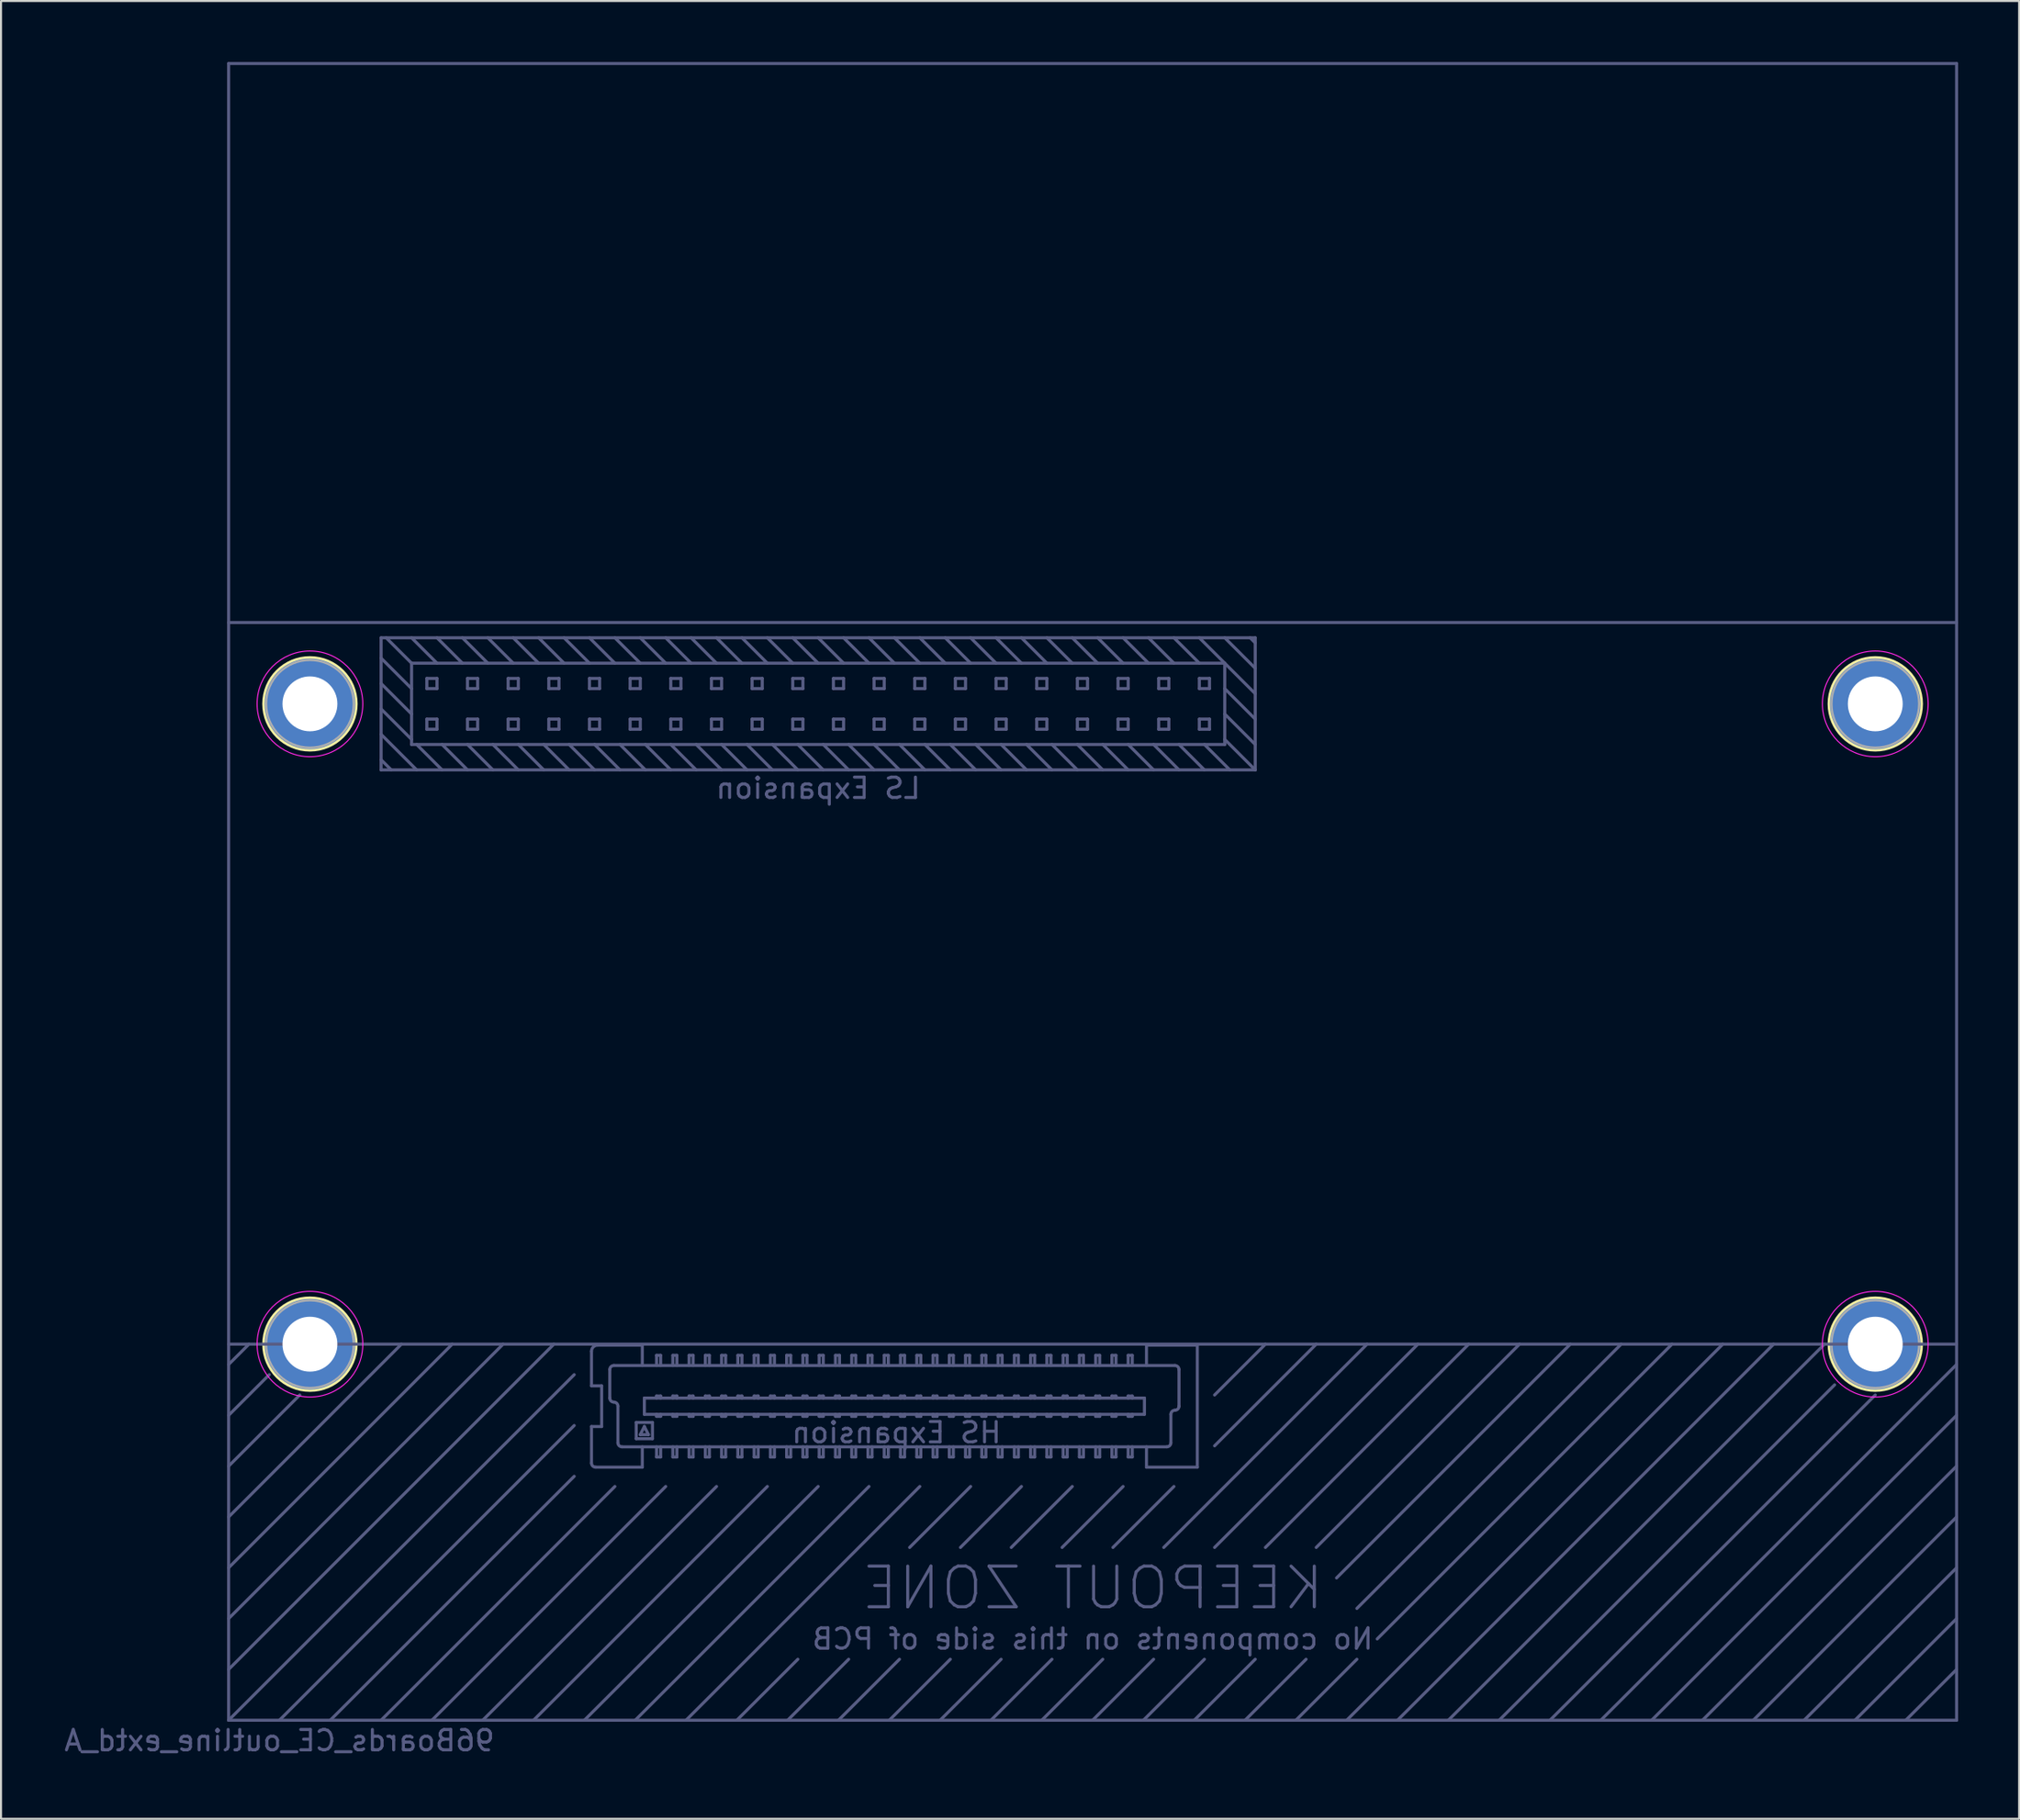
<source format=kicad_pcb>
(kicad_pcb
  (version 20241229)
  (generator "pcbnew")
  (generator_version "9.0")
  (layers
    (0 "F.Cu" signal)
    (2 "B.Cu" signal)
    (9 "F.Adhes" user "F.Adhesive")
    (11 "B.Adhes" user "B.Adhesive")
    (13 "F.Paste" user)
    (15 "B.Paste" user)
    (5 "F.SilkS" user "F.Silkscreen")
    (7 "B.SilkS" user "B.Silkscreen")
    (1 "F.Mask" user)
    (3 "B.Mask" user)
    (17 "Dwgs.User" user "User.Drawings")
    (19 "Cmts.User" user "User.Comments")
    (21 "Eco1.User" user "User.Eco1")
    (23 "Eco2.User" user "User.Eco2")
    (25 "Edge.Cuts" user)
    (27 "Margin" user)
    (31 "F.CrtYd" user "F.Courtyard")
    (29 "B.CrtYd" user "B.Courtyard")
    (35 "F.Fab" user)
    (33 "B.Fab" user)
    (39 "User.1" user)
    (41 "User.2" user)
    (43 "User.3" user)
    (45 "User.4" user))
  (footprint "96Boards_CE_outline_extd_A"
    (layer "F.Cu")
    (at 8.196 81.575)
    (property "Reference" "96Boards_CE_outline_extd_A" (at 2.5 1 0) (layer "B.Fab") (effects (font (size 1 1) (thickness 0.15)) (justify mirror)))
    (attr through_hole)
    (fp_circle (center 4 -50) (end 4 -52.286) (stroke (width 0.12) (type solid)) (fill no) (layer "F.SilkS"))
    (fp_circle (center 4 -18.5) (end 4 -20.786) (stroke (width 0.12) (type solid)) (fill no) (layer "F.SilkS"))
    (fp_circle (center 81 -50) (end 81 -52.286) (stroke (width 0.12) (type solid)) (fill no) (layer "F.SilkS"))
    (fp_circle (center 81 -18.5) (end 81 -20.786) (stroke (width 0.12) (type solid)) (fill no) (layer "F.SilkS"))
    (fp_circle (center 4 -50) (end 6.6 -50) (stroke (width 0.05) (type solid)) (fill no) (layer "F.CrtYd"))
    (fp_circle (center 4 -18.5) (end 6.6 -18.5) (stroke (width 0.05) (type solid)) (fill no) (layer "F.CrtYd"))
    (fp_circle (center 81 -50) (end 83.6 -50) (stroke (width 0.05) (type solid)) (fill no) (layer "F.CrtYd"))
    (fp_circle (center 81 -18.5) (end 83.6 -18.5) (stroke (width 0.05) (type solid)) (fill no) (layer "F.CrtYd"))
    (fp_line (start 0 -81.5) (end 85 -81.5) (stroke (width 0.15) (type solid)) (layer "B.Fab"))
    (fp_line (start 0 -54) (end 0 -81.5) (stroke (width 0.15) (type solid)) (layer "B.Fab"))
    (fp_line (start 0 -54) (end 85 -54) (stroke (width 0.15) (type solid)) (layer "B.Fab"))
    (fp_line (start 0 -18.5) (end 85 -18.5) (stroke (width 0.15) (type solid)) (layer "B.Fab"))
    (fp_line (start 0 -17.5) (end 1 -18.5) (stroke (width 0.15) (type solid)) (layer "B.Fab"))
    (fp_line (start 0 -15) (end 2 -17) (stroke (width 0.15) (type solid)) (layer "B.Fab"))
    (fp_line (start 0 -12.5) (end 3.5 -16) (stroke (width 0.15) (type solid)) (layer "B.Fab"))
    (fp_line (start 0 -10) (end 8.5 -18.5) (stroke (width 0.15) (type solid)) (layer "B.Fab"))
    (fp_line (start 0 -7.5) (end 11 -18.5) (stroke (width 0.15) (type solid)) (layer "B.Fab"))
    (fp_line (start 0 -5) (end 13.5 -18.5) (stroke (width 0.15) (type solid)) (layer "B.Fab"))
    (fp_line (start 0 -2.5) (end 16 -18.5) (stroke (width 0.15) (type solid)) (layer "B.Fab"))
    (fp_line (start 0 0) (end 0 -54) (stroke (width 0.15) (type solid)) (layer "B.Fab"))
    (fp_line (start 0 0) (end 17 -17) (stroke (width 0.15) (type solid)) (layer "B.Fab"))
    (fp_line (start 2.5 0) (end 17 -14.5) (stroke (width 0.15) (type solid)) (layer "B.Fab"))
    (fp_line (start 5 0) (end 17 -12) (stroke (width 0.15) (type solid)) (layer "B.Fab"))
    (fp_line (start 7.5 -53.25) (end 50.5 -53.25) (stroke (width 0.15) (type solid)) (layer "B.Fab"))
    (fp_line (start 7.5 -46.75) (end 7.5 -53.25) (stroke (width 0.15) (type solid)) (layer "B.Fab"))
    (fp_line (start 7.5 0) (end 19 -11.5) (stroke (width 0.15) (type solid)) (layer "B.Fab"))
    (fp_line (start 8 -46.75) (end 7.5 -47.25) (stroke (width 0.15) (type solid)) (layer "B.Fab"))
    (fp_line (start 9 -52) (end 7.75 -53.25) (stroke (width 0.15) (type solid)) (layer "B.Fab"))
    (fp_line (start 9 -52) (end 49 -52) (stroke (width 0.15) (type solid)) (layer "B.Fab"))
    (fp_line (start 9 -50.75) (end 7.5 -52.25) (stroke (width 0.15) (type solid)) (layer "B.Fab"))
    (fp_line (start 9 -49.5) (end 7.5 -51) (stroke (width 0.15) (type solid)) (layer "B.Fab"))
    (fp_line (start 9 -48.25) (end 7.5 -49.75) (stroke (width 0.15) (type solid)) (layer "B.Fab"))
    (fp_line (start 9 -48) (end 9 -52) (stroke (width 0.15) (type solid)) (layer "B.Fab"))
    (fp_line (start 9.25 -46.75) (end 7.5 -48.5) (stroke (width 0.15) (type solid)) (layer "B.Fab"))
    (fp_line (start 9.75 -51.25) (end 9.75 -50.75) (stroke (width 0.15) (type solid)) (layer "B.Fab"))
    (fp_line (start 9.75 -51.25) (end 10.25 -51.25) (stroke (width 0.15) (type solid)) (layer "B.Fab"))
    (fp_line (start 9.75 -49.25) (end 10.25 -49.25) (stroke (width 0.15) (type solid)) (layer "B.Fab"))
    (fp_line (start 9.75 -48.75) (end 9.75 -49.25) (stroke (width 0.15) (type solid)) (layer "B.Fab"))
    (fp_line (start 10 0) (end 21.5 -11.5) (stroke (width 0.15) (type solid)) (layer "B.Fab"))
    (fp_line (start 10.25 -52) (end 9 -53.25) (stroke (width 0.15) (type solid)) (layer "B.Fab"))
    (fp_line (start 10.25 -51.25) (end 10.25 -50.75) (stroke (width 0.15) (type solid)) (layer "B.Fab"))
    (fp_line (start 10.25 -50.75) (end 9.75 -50.75) (stroke (width 0.15) (type solid)) (layer "B.Fab"))
    (fp_line (start 10.25 -49.25) (end 10.25 -48.75) (stroke (width 0.15) (type solid)) (layer "B.Fab"))
    (fp_line (start 10.25 -48.75) (end 9.75 -48.75) (stroke (width 0.15) (type solid)) (layer "B.Fab"))
    (fp_line (start 10.5 -46.75) (end 9.25 -48) (stroke (width 0.15) (type solid)) (layer "B.Fab"))
    (fp_line (start 11.5 -52) (end 10.25 -53.25) (stroke (width 0.15) (type solid)) (layer "B.Fab"))
    (fp_line (start 11.75 -51.25) (end 11.75 -50.75) (stroke (width 0.15) (type solid)) (layer "B.Fab"))
    (fp_line (start 11.75 -51.25) (end 12.25 -51.25) (stroke (width 0.15) (type solid)) (layer "B.Fab"))
    (fp_line (start 11.75 -49.25) (end 12.25 -49.25) (stroke (width 0.15) (type solid)) (layer "B.Fab"))
    (fp_line (start 11.75 -48.75) (end 11.75 -49.25) (stroke (width 0.15) (type solid)) (layer "B.Fab"))
    (fp_line (start 11.75 -46.75) (end 10.5 -48) (stroke (width 0.15) (type solid)) (layer "B.Fab"))
    (fp_line (start 12.25 -51.25) (end 12.25 -50.75) (stroke (width 0.15) (type solid)) (layer "B.Fab"))
    (fp_line (start 12.25 -50.75) (end 11.75 -50.75) (stroke (width 0.15) (type solid)) (layer "B.Fab"))
    (fp_line (start 12.25 -49.25) (end 12.25 -48.75) (stroke (width 0.15) (type solid)) (layer "B.Fab"))
    (fp_line (start 12.25 -48.75) (end 11.75 -48.75) (stroke (width 0.15) (type solid)) (layer "B.Fab"))
    (fp_line (start 12.5 0) (end 24 -11.5) (stroke (width 0.15) (type solid)) (layer "B.Fab"))
    (fp_line (start 12.75 -52) (end 11.5 -53.25) (stroke (width 0.15) (type solid)) (layer "B.Fab"))
    (fp_line (start 13 -46.75) (end 11.75 -48) (stroke (width 0.15) (type solid)) (layer "B.Fab"))
    (fp_line (start 13.75 -51.25) (end 13.75 -50.75) (stroke (width 0.15) (type solid)) (layer "B.Fab"))
    (fp_line (start 13.75 -51.25) (end 14.25 -51.25) (stroke (width 0.15) (type solid)) (layer "B.Fab"))
    (fp_line (start 13.75 -49.25) (end 14.25 -49.25) (stroke (width 0.15) (type solid)) (layer "B.Fab"))
    (fp_line (start 13.75 -48.75) (end 13.75 -49.25) (stroke (width 0.15) (type solid)) (layer "B.Fab"))
    (fp_line (start 14 -52) (end 12.75 -53.25) (stroke (width 0.15) (type solid)) (layer "B.Fab"))
    (fp_line (start 14.25 -51.25) (end 14.25 -50.75) (stroke (width 0.15) (type solid)) (layer "B.Fab"))
    (fp_line (start 14.25 -50.75) (end 13.75 -50.75) (stroke (width 0.15) (type solid)) (layer "B.Fab"))
    (fp_line (start 14.25 -49.25) (end 14.25 -48.75) (stroke (width 0.15) (type solid)) (layer "B.Fab"))
    (fp_line (start 14.25 -48.75) (end 13.75 -48.75) (stroke (width 0.15) (type solid)) (layer "B.Fab"))
    (fp_line (start 14.25 -46.75) (end 13 -48) (stroke (width 0.15) (type solid)) (layer "B.Fab"))
    (fp_line (start 15 0) (end 26.5 -11.5) (stroke (width 0.15) (type solid)) (layer "B.Fab"))
    (fp_line (start 15.25 -52) (end 14 -53.25) (stroke (width 0.15) (type solid)) (layer "B.Fab"))
    (fp_line (start 15.5 -46.75) (end 14.25 -48) (stroke (width 0.15) (type solid)) (layer "B.Fab"))
    (fp_line (start 15.75 -51.25) (end 15.75 -50.75) (stroke (width 0.15) (type solid)) (layer "B.Fab"))
    (fp_line (start 15.75 -51.25) (end 16.25 -51.25) (stroke (width 0.15) (type solid)) (layer "B.Fab"))
    (fp_line (start 15.75 -49.25) (end 16.25 -49.25) (stroke (width 0.15) (type solid)) (layer "B.Fab"))
    (fp_line (start 15.75 -48.75) (end 15.75 -49.25) (stroke (width 0.15) (type solid)) (layer "B.Fab"))
    (fp_line (start 16.25 -51.25) (end 16.25 -50.75) (stroke (width 0.15) (type solid)) (layer "B.Fab"))
    (fp_line (start 16.25 -50.75) (end 15.75 -50.75) (stroke (width 0.15) (type solid)) (layer "B.Fab"))
    (fp_line (start 16.25 -49.25) (end 16.25 -48.75) (stroke (width 0.15) (type solid)) (layer "B.Fab"))
    (fp_line (start 16.25 -48.75) (end 15.75 -48.75) (stroke (width 0.15) (type solid)) (layer "B.Fab"))
    (fp_line (start 16.5 -52) (end 15.25 -53.25) (stroke (width 0.15) (type solid)) (layer "B.Fab"))
    (fp_line (start 16.75 -46.75) (end 15.5 -48) (stroke (width 0.15) (type solid)) (layer "B.Fab"))
    (fp_line (start 17.5 0) (end 29 -11.5) (stroke (width 0.15) (type solid)) (layer "B.Fab"))
    (fp_line (start 17.75 -52) (end 16.5 -53.25) (stroke (width 0.15) (type solid)) (layer "B.Fab"))
    (fp_line (start 17.75 -51.25) (end 17.75 -50.75) (stroke (width 0.15) (type solid)) (layer "B.Fab"))
    (fp_line (start 17.75 -51.25) (end 18.25 -51.25) (stroke (width 0.15) (type solid)) (layer "B.Fab"))
    (fp_line (start 17.75 -49.25) (end 18.25 -49.25) (stroke (width 0.15) (type solid)) (layer "B.Fab"))
    (fp_line (start 17.75 -48.75) (end 17.75 -49.25) (stroke (width 0.15) (type solid)) (layer "B.Fab"))
    (fp_line (start 17.85 -18.15) (end 17.85 -16.45) (stroke (width 0.15) (type solid)) (layer "B.Fab"))
    (fp_line (start 17.85 -16.45) (end 18.35 -16.45) (stroke (width 0.15) (type solid)) (layer "B.Fab"))
    (fp_line (start 17.85 -14.45) (end 17.85 -12.65) (stroke (width 0.15) (type solid)) (layer "B.Fab"))
    (fp_line (start 18 -46.75) (end 16.75 -48) (stroke (width 0.15) (type solid)) (layer "B.Fab"))
    (fp_line (start 18.05 -12.45) (end 20.35 -12.45) (stroke (width 0.15) (type solid)) (layer "B.Fab"))
    (fp_line (start 18.25 -51.25) (end 18.25 -50.75) (stroke (width 0.15) (type solid)) (layer "B.Fab"))
    (fp_line (start 18.25 -50.75) (end 17.75 -50.75) (stroke (width 0.15) (type solid)) (layer "B.Fab"))
    (fp_line (start 18.25 -49.25) (end 18.25 -48.75) (stroke (width 0.15) (type solid)) (layer "B.Fab"))
    (fp_line (start 18.25 -48.75) (end 17.75 -48.75) (stroke (width 0.15) (type solid)) (layer "B.Fab"))
    (fp_line (start 18.35 -16.45) (end 18.35 -14.45) (stroke (width 0.15) (type solid)) (layer "B.Fab"))
    (fp_line (start 18.35 -14.45) (end 17.85 -14.45) (stroke (width 0.15) (type solid)) (layer "B.Fab"))
    (fp_line (start 18.75 -15.85) (end 18.75 -17.25) (stroke (width 0.15) (type solid)) (layer "B.Fab"))
    (fp_line (start 18.95 -17.45) (end 46.55 -17.45) (stroke (width 0.15) (type solid)) (layer "B.Fab"))
    (fp_line (start 19 -52) (end 17.75 -53.25) (stroke (width 0.15) (type solid)) (layer "B.Fab"))
    (fp_line (start 19.15 -15.45) (end 19.15 -13.65) (stroke (width 0.15) (type solid)) (layer "B.Fab"))
    (fp_line (start 19.25 -46.75) (end 18 -48) (stroke (width 0.15) (type solid)) (layer "B.Fab"))
    (fp_line (start 19.35 -13.45) (end 46.15 -13.45) (stroke (width 0.15) (type solid)) (layer "B.Fab"))
    (fp_line (start 19.75 -51.25) (end 19.75 -50.75) (stroke (width 0.15) (type solid)) (layer "B.Fab"))
    (fp_line (start 19.75 -51.25) (end 20.25 -51.25) (stroke (width 0.15) (type solid)) (layer "B.Fab"))
    (fp_line (start 19.75 -49.25) (end 20.25 -49.25) (stroke (width 0.15) (type solid)) (layer "B.Fab"))
    (fp_line (start 19.75 -48.75) (end 19.75 -49.25) (stroke (width 0.15) (type solid)) (layer "B.Fab"))
    (fp_line (start 20 0) (end 31.5 -11.5) (stroke (width 0.15) (type solid)) (layer "B.Fab"))
    (fp_line (start 20.05 -14.65) (end 20.85 -14.65) (stroke (width 0.15) (type solid)) (layer "B.Fab"))
    (fp_line (start 20.05 -13.85) (end 20.05 -14.65) (stroke (width 0.15) (type solid)) (layer "B.Fab"))
    (fp_line (start 20.25 -52) (end 19 -53.25) (stroke (width 0.15) (type solid)) (layer "B.Fab"))
    (fp_line (start 20.25 -51.25) (end 20.25 -50.75) (stroke (width 0.15) (type solid)) (layer "B.Fab"))
    (fp_line (start 20.25 -50.75) (end 19.75 -50.75) (stroke (width 0.15) (type solid)) (layer "B.Fab"))
    (fp_line (start 20.25 -49.25) (end 20.25 -48.75) (stroke (width 0.15) (type solid)) (layer "B.Fab"))
    (fp_line (start 20.25 -48.75) (end 19.75 -48.75) (stroke (width 0.15) (type solid)) (layer "B.Fab"))
    (fp_line (start 20.25 -14.05) (end 20.65 -14.05) (stroke (width 0.15) (type solid)) (layer "B.Fab"))
    (fp_line (start 20.35 -18.45) (end 18.15 -18.45) (stroke (width 0.15) (type solid)) (layer "B.Fab"))
    (fp_line (start 20.35 -18.45) (end 20.35 -17.45) (stroke (width 0.15) (type solid)) (layer "B.Fab"))
    (fp_line (start 20.35 -12.45) (end 20.35 -13.45) (stroke (width 0.15) (type solid)) (layer "B.Fab"))
    (fp_line (start 20.45 -15.85) (end 20.45 -15.05) (stroke (width 0.15) (type solid)) (layer "B.Fab"))
    (fp_line (start 20.45 -15.05) (end 45.05 -15.05) (stroke (width 0.15) (type solid)) (layer "B.Fab"))
    (fp_line (start 20.45 -14.45) (end 20.25 -14.05) (stroke (width 0.15) (type solid)) (layer "B.Fab"))
    (fp_line (start 20.5 -46.75) (end 19.25 -48) (stroke (width 0.15) (type solid)) (layer "B.Fab"))
    (fp_line (start 20.65 -14.05) (end 20.45 -14.45) (stroke (width 0.15) (type solid)) (layer "B.Fab"))
    (fp_line (start 20.85 -14.65) (end 20.85 -13.85) (stroke (width 0.15) (type solid)) (layer "B.Fab"))
    (fp_line (start 20.85 -13.85) (end 20.05 -13.85) (stroke (width 0.15) (type solid)) (layer "B.Fab"))
    (fp_line (start 21.05 -17.95) (end 21.25 -17.95) (stroke (width 0.15) (type solid)) (layer "B.Fab"))
    (fp_line (start 21.05 -17.45) (end 21.05 -17.95) (stroke (width 0.15) (type solid)) (layer "B.Fab"))
    (fp_line (start 21.05 -15.95) (end 21.25 -15.95) (stroke (width 0.15) (type solid)) (layer "B.Fab"))
    (fp_line (start 21.05 -15.85) (end 21.05 -15.95) (stroke (width 0.15) (type solid)) (layer "B.Fab"))
    (fp_line (start 21.05 -15.05) (end 21.05 -14.95) (stroke (width 0.15) (type solid)) (layer "B.Fab"))
    (fp_line (start 21.05 -14.95) (end 21.25 -14.95) (stroke (width 0.15) (type solid)) (layer "B.Fab"))
    (fp_line (start 21.05 -13.45) (end 21.05 -12.95) (stroke (width 0.15) (type solid)) (layer "B.Fab"))
    (fp_line (start 21.05 -12.95) (end 21.25 -12.95) (stroke (width 0.15) (type solid)) (layer "B.Fab"))
    (fp_line (start 21.25 -17.95) (end 21.25 -17.45) (stroke (width 0.15) (type solid)) (layer "B.Fab"))
    (fp_line (start 21.25 -15.95) (end 21.25 -15.85) (stroke (width 0.15) (type solid)) (layer "B.Fab"))
    (fp_line (start 21.25 -14.95) (end 21.25 -15.05) (stroke (width 0.15) (type solid)) (layer "B.Fab"))
    (fp_line (start 21.25 -12.95) (end 21.25 -13.45) (stroke (width 0.15) (type solid)) (layer "B.Fab"))
    (fp_line (start 21.5 -52) (end 20.25 -53.25) (stroke (width 0.15) (type solid)) (layer "B.Fab"))
    (fp_line (start 21.75 -51.25) (end 21.75 -50.75) (stroke (width 0.15) (type solid)) (layer "B.Fab"))
    (fp_line (start 21.75 -51.25) (end 22.25 -51.25) (stroke (width 0.15) (type solid)) (layer "B.Fab"))
    (fp_line (start 21.75 -49.25) (end 22.25 -49.25) (stroke (width 0.15) (type solid)) (layer "B.Fab"))
    (fp_line (start 21.75 -48.75) (end 21.75 -49.25) (stroke (width 0.15) (type solid)) (layer "B.Fab"))
    (fp_line (start 21.75 -46.75) (end 20.5 -48) (stroke (width 0.15) (type solid)) (layer "B.Fab"))
    (fp_line (start 21.85 -17.95) (end 22.05 -17.95) (stroke (width 0.15) (type solid)) (layer "B.Fab"))
    (fp_line (start 21.85 -17.45) (end 21.85 -17.95) (stroke (width 0.15) (type solid)) (layer "B.Fab"))
    (fp_line (start 21.85 -15.95) (end 22.05 -15.95) (stroke (width 0.15) (type solid)) (layer "B.Fab"))
    (fp_line (start 21.85 -15.85) (end 21.85 -15.95) (stroke (width 0.15) (type solid)) (layer "B.Fab"))
    (fp_line (start 21.85 -15.05) (end 21.85 -14.95) (stroke (width 0.15) (type solid)) (layer "B.Fab"))
    (fp_line (start 21.85 -14.95) (end 22.05 -14.95) (stroke (width 0.15) (type solid)) (layer "B.Fab"))
    (fp_line (start 21.85 -13.45) (end 21.85 -12.95) (stroke (width 0.15) (type solid)) (layer "B.Fab"))
    (fp_line (start 21.85 -12.95) (end 22.05 -12.95) (stroke (width 0.15) (type solid)) (layer "B.Fab"))
    (fp_line (start 22.05 -17.95) (end 22.05 -17.45) (stroke (width 0.15) (type solid)) (layer "B.Fab"))
    (fp_line (start 22.05 -15.95) (end 22.05 -15.85) (stroke (width 0.15) (type solid)) (layer "B.Fab"))
    (fp_line (start 22.05 -14.95) (end 22.05 -15.05) (stroke (width 0.15) (type solid)) (layer "B.Fab"))
    (fp_line (start 22.05 -12.95) (end 22.05 -13.45) (stroke (width 0.15) (type solid)) (layer "B.Fab"))
    (fp_line (start 22.25 -51.25) (end 22.25 -50.75) (stroke (width 0.15) (type solid)) (layer "B.Fab"))
    (fp_line (start 22.25 -50.75) (end 21.75 -50.75) (stroke (width 0.15) (type solid)) (layer "B.Fab"))
    (fp_line (start 22.25 -49.25) (end 22.25 -48.75) (stroke (width 0.15) (type solid)) (layer "B.Fab"))
    (fp_line (start 22.25 -48.75) (end 21.75 -48.75) (stroke (width 0.15) (type solid)) (layer "B.Fab"))
    (fp_line (start 22.5 0) (end 34 -11.5) (stroke (width 0.15) (type solid)) (layer "B.Fab"))
    (fp_line (start 22.65 -17.95) (end 22.85 -17.95) (stroke (width 0.15) (type solid)) (layer "B.Fab"))
    (fp_line (start 22.65 -17.45) (end 22.65 -17.95) (stroke (width 0.15) (type solid)) (layer "B.Fab"))
    (fp_line (start 22.65 -15.95) (end 22.85 -15.95) (stroke (width 0.15) (type solid)) (layer "B.Fab"))
    (fp_line (start 22.65 -15.85) (end 22.65 -15.95) (stroke (width 0.15) (type solid)) (layer "B.Fab"))
    (fp_line (start 22.65 -15.05) (end 22.65 -14.95) (stroke (width 0.15) (type solid)) (layer "B.Fab"))
    (fp_line (start 22.65 -14.95) (end 22.85 -14.95) (stroke (width 0.15) (type solid)) (layer "B.Fab"))
    (fp_line (start 22.65 -13.45) (end 22.65 -12.95) (stroke (width 0.15) (type solid)) (layer "B.Fab"))
    (fp_line (start 22.65 -12.95) (end 22.85 -12.95) (stroke (width 0.15) (type solid)) (layer "B.Fab"))
    (fp_line (start 22.75 -52) (end 21.5 -53.25) (stroke (width 0.15) (type solid)) (layer "B.Fab"))
    (fp_line (start 22.85 -17.95) (end 22.85 -17.45) (stroke (width 0.15) (type solid)) (layer "B.Fab"))
    (fp_line (start 22.85 -15.95) (end 22.85 -15.85) (stroke (width 0.15) (type solid)) (layer "B.Fab"))
    (fp_line (start 22.85 -14.95) (end 22.85 -15.05) (stroke (width 0.15) (type solid)) (layer "B.Fab"))
    (fp_line (start 22.85 -12.95) (end 22.85 -13.45) (stroke (width 0.15) (type solid)) (layer "B.Fab"))
    (fp_line (start 23 -46.75) (end 21.75 -48) (stroke (width 0.15) (type solid)) (layer "B.Fab"))
    (fp_line (start 23.45 -17.95) (end 23.65 -17.95) (stroke (width 0.15) (type solid)) (layer "B.Fab"))
    (fp_line (start 23.45 -17.45) (end 23.45 -17.95) (stroke (width 0.15) (type solid)) (layer "B.Fab"))
    (fp_line (start 23.45 -15.95) (end 23.65 -15.95) (stroke (width 0.15) (type solid)) (layer "B.Fab"))
    (fp_line (start 23.45 -15.85) (end 23.45 -15.95) (stroke (width 0.15) (type solid)) (layer "B.Fab"))
    (fp_line (start 23.45 -15.05) (end 23.45 -14.95) (stroke (width 0.15) (type solid)) (layer "B.Fab"))
    (fp_line (start 23.45 -14.95) (end 23.65 -14.95) (stroke (width 0.15) (type solid)) (layer "B.Fab"))
    (fp_line (start 23.45 -13.45) (end 23.45 -12.95) (stroke (width 0.15) (type solid)) (layer "B.Fab"))
    (fp_line (start 23.45 -12.95) (end 23.65 -12.95) (stroke (width 0.15) (type solid)) (layer "B.Fab"))
    (fp_line (start 23.65 -17.95) (end 23.65 -17.45) (stroke (width 0.15) (type solid)) (layer "B.Fab"))
    (fp_line (start 23.65 -15.95) (end 23.65 -15.85) (stroke (width 0.15) (type solid)) (layer "B.Fab"))
    (fp_line (start 23.65 -14.95) (end 23.65 -15.05) (stroke (width 0.15) (type solid)) (layer "B.Fab"))
    (fp_line (start 23.65 -12.95) (end 23.65 -13.45) (stroke (width 0.15) (type solid)) (layer "B.Fab"))
    (fp_line (start 23.75 -51.25) (end 23.75 -50.75) (stroke (width 0.15) (type solid)) (layer "B.Fab"))
    (fp_line (start 23.75 -51.25) (end 24.25 -51.25) (stroke (width 0.15) (type solid)) (layer "B.Fab"))
    (fp_line (start 23.75 -49.25) (end 24.25 -49.25) (stroke (width 0.15) (type solid)) (layer "B.Fab"))
    (fp_line (start 23.75 -48.75) (end 23.75 -49.25) (stroke (width 0.15) (type solid)) (layer "B.Fab"))
    (fp_line (start 24 -52) (end 22.75 -53.25) (stroke (width 0.15) (type solid)) (layer "B.Fab"))
    (fp_line (start 24.25 -51.25) (end 24.25 -50.75) (stroke (width 0.15) (type solid)) (layer "B.Fab"))
    (fp_line (start 24.25 -50.75) (end 23.75 -50.75) (stroke (width 0.15) (type solid)) (layer "B.Fab"))
    (fp_line (start 24.25 -49.25) (end 24.25 -48.75) (stroke (width 0.15) (type solid)) (layer "B.Fab"))
    (fp_line (start 24.25 -48.75) (end 23.75 -48.75) (stroke (width 0.15) (type solid)) (layer "B.Fab"))
    (fp_line (start 24.25 -46.75) (end 23 -48) (stroke (width 0.15) (type solid)) (layer "B.Fab"))
    (fp_line (start 24.25 -17.95) (end 24.45 -17.95) (stroke (width 0.15) (type solid)) (layer "B.Fab"))
    (fp_line (start 24.25 -17.45) (end 24.25 -17.95) (stroke (width 0.15) (type solid)) (layer "B.Fab"))
    (fp_line (start 24.25 -15.95) (end 24.45 -15.95) (stroke (width 0.15) (type solid)) (layer "B.Fab"))
    (fp_line (start 24.25 -15.85) (end 24.25 -15.95) (stroke (width 0.15) (type solid)) (layer "B.Fab"))
    (fp_line (start 24.25 -15.05) (end 24.25 -14.95) (stroke (width 0.15) (type solid)) (layer "B.Fab"))
    (fp_line (start 24.25 -14.95) (end 24.45 -14.95) (stroke (width 0.15) (type solid)) (layer "B.Fab"))
    (fp_line (start 24.25 -13.45) (end 24.25 -12.95) (stroke (width 0.15) (type solid)) (layer "B.Fab"))
    (fp_line (start 24.25 -12.95) (end 24.45 -12.95) (stroke (width 0.15) (type solid)) (layer "B.Fab"))
    (fp_line (start 24.45 -17.95) (end 24.45 -17.45) (stroke (width 0.15) (type solid)) (layer "B.Fab"))
    (fp_line (start 24.45 -15.95) (end 24.45 -15.85) (stroke (width 0.15) (type solid)) (layer "B.Fab"))
    (fp_line (start 24.45 -14.95) (end 24.45 -15.05) (stroke (width 0.15) (type solid)) (layer "B.Fab"))
    (fp_line (start 24.45 -12.95) (end 24.45 -13.45) (stroke (width 0.15) (type solid)) (layer "B.Fab"))
    (fp_line (start 25 0) (end 28 -3) (stroke (width 0.15) (type solid)) (layer "B.Fab"))
    (fp_line (start 25.05 -17.95) (end 25.25 -17.95) (stroke (width 0.15) (type solid)) (layer "B.Fab"))
    (fp_line (start 25.05 -17.45) (end 25.05 -17.95) (stroke (width 0.15) (type solid)) (layer "B.Fab"))
    (fp_line (start 25.05 -15.95) (end 25.25 -15.95) (stroke (width 0.15) (type solid)) (layer "B.Fab"))
    (fp_line (start 25.05 -15.85) (end 25.05 -15.95) (stroke (width 0.15) (type solid)) (layer "B.Fab"))
    (fp_line (start 25.05 -15.05) (end 25.05 -14.95) (stroke (width 0.15) (type solid)) (layer "B.Fab"))
    (fp_line (start 25.05 -14.95) (end 25.25 -14.95) (stroke (width 0.15) (type solid)) (layer "B.Fab"))
    (fp_line (start 25.05 -13.45) (end 25.05 -12.95) (stroke (width 0.15) (type solid)) (layer "B.Fab"))
    (fp_line (start 25.05 -12.95) (end 25.25 -12.95) (stroke (width 0.15) (type solid)) (layer "B.Fab"))
    (fp_line (start 25.25 -52) (end 24 -53.25) (stroke (width 0.15) (type solid)) (layer "B.Fab"))
    (fp_line (start 25.25 -17.95) (end 25.25 -17.45) (stroke (width 0.15) (type solid)) (layer "B.Fab"))
    (fp_line (start 25.25 -15.95) (end 25.25 -15.85) (stroke (width 0.15) (type solid)) (layer "B.Fab"))
    (fp_line (start 25.25 -14.95) (end 25.25 -15.05) (stroke (width 0.15) (type solid)) (layer "B.Fab"))
    (fp_line (start 25.25 -12.95) (end 25.25 -13.45) (stroke (width 0.15) (type solid)) (layer "B.Fab"))
    (fp_line (start 25.5 -46.75) (end 24.25 -48) (stroke (width 0.15) (type solid)) (layer "B.Fab"))
    (fp_line (start 25.75 -51.25) (end 25.75 -50.75) (stroke (width 0.15) (type solid)) (layer "B.Fab"))
    (fp_line (start 25.75 -51.25) (end 26.25 -51.25) (stroke (width 0.15) (type solid)) (layer "B.Fab"))
    (fp_line (start 25.75 -49.25) (end 26.25 -49.25) (stroke (width 0.15) (type solid)) (layer "B.Fab"))
    (fp_line (start 25.75 -48.75) (end 25.75 -49.25) (stroke (width 0.15) (type solid)) (layer "B.Fab"))
    (fp_line (start 25.85 -17.95) (end 26.05 -17.95) (stroke (width 0.15) (type solid)) (layer "B.Fab"))
    (fp_line (start 25.85 -17.45) (end 25.85 -17.95) (stroke (width 0.15) (type solid)) (layer "B.Fab"))
    (fp_line (start 25.85 -15.95) (end 26.05 -15.95) (stroke (width 0.15) (type solid)) (layer "B.Fab"))
    (fp_line (start 25.85 -15.85) (end 25.85 -15.95) (stroke (width 0.15) (type solid)) (layer "B.Fab"))
    (fp_line (start 25.85 -15.05) (end 25.85 -14.95) (stroke (width 0.15) (type solid)) (layer "B.Fab"))
    (fp_line (start 25.85 -14.95) (end 26.05 -14.95) (stroke (width 0.15) (type solid)) (layer "B.Fab"))
    (fp_line (start 25.85 -13.45) (end 25.85 -12.95) (stroke (width 0.15) (type solid)) (layer "B.Fab"))
    (fp_line (start 25.85 -12.95) (end 26.05 -12.95) (stroke (width 0.15) (type solid)) (layer "B.Fab"))
    (fp_line (start 26.05 -17.95) (end 26.05 -17.45) (stroke (width 0.15) (type solid)) (layer "B.Fab"))
    (fp_line (start 26.05 -15.95) (end 26.05 -15.85) (stroke (width 0.15) (type solid)) (layer "B.Fab"))
    (fp_line (start 26.05 -14.95) (end 26.05 -15.05) (stroke (width 0.15) (type solid)) (layer "B.Fab"))
    (fp_line (start 26.05 -12.95) (end 26.05 -13.45) (stroke (width 0.15) (type solid)) (layer "B.Fab"))
    (fp_line (start 26.25 -51.25) (end 26.25 -50.75) (stroke (width 0.15) (type solid)) (layer "B.Fab"))
    (fp_line (start 26.25 -50.75) (end 25.75 -50.75) (stroke (width 0.15) (type solid)) (layer "B.Fab"))
    (fp_line (start 26.25 -49.25) (end 26.25 -48.75) (stroke (width 0.15) (type solid)) (layer "B.Fab"))
    (fp_line (start 26.25 -48.75) (end 25.75 -48.75) (stroke (width 0.15) (type solid)) (layer "B.Fab"))
    (fp_line (start 26.5 -52) (end 25.25 -53.25) (stroke (width 0.15) (type solid)) (layer "B.Fab"))
    (fp_line (start 26.65 -17.95) (end 26.85 -17.95) (stroke (width 0.15) (type solid)) (layer "B.Fab"))
    (fp_line (start 26.65 -17.45) (end 26.65 -17.95) (stroke (width 0.15) (type solid)) (layer "B.Fab"))
    (fp_line (start 26.65 -15.95) (end 26.85 -15.95) (stroke (width 0.15) (type solid)) (layer "B.Fab"))
    (fp_line (start 26.65 -15.85) (end 26.65 -15.95) (stroke (width 0.15) (type solid)) (layer "B.Fab"))
    (fp_line (start 26.65 -15.05) (end 26.65 -14.95) (stroke (width 0.15) (type solid)) (layer "B.Fab"))
    (fp_line (start 26.65 -14.95) (end 26.85 -14.95) (stroke (width 0.15) (type solid)) (layer "B.Fab"))
    (fp_line (start 26.65 -13.45) (end 26.65 -12.95) (stroke (width 0.15) (type solid)) (layer "B.Fab"))
    (fp_line (start 26.65 -12.95) (end 26.85 -12.95) (stroke (width 0.15) (type solid)) (layer "B.Fab"))
    (fp_line (start 26.75 -46.75) (end 25.5 -48) (stroke (width 0.15) (type solid)) (layer "B.Fab"))
    (fp_line (start 26.85 -17.95) (end 26.85 -17.45) (stroke (width 0.15) (type solid)) (layer "B.Fab"))
    (fp_line (start 26.85 -15.95) (end 26.85 -15.85) (stroke (width 0.15) (type solid)) (layer "B.Fab"))
    (fp_line (start 26.85 -14.95) (end 26.85 -15.05) (stroke (width 0.15) (type solid)) (layer "B.Fab"))
    (fp_line (start 26.85 -12.95) (end 26.85 -13.45) (stroke (width 0.15) (type solid)) (layer "B.Fab"))
    (fp_line (start 27.45 -17.95) (end 27.65 -17.95) (stroke (width 0.15) (type solid)) (layer "B.Fab"))
    (fp_line (start 27.45 -17.45) (end 27.45 -17.95) (stroke (width 0.15) (type solid)) (layer "B.Fab"))
    (fp_line (start 27.45 -15.95) (end 27.65 -15.95) (stroke (width 0.15) (type solid)) (layer "B.Fab"))
    (fp_line (start 27.45 -15.85) (end 27.45 -15.95) (stroke (width 0.15) (type solid)) (layer "B.Fab"))
    (fp_line (start 27.45 -15.05) (end 27.45 -14.95) (stroke (width 0.15) (type solid)) (layer "B.Fab"))
    (fp_line (start 27.45 -14.95) (end 27.65 -14.95) (stroke (width 0.15) (type solid)) (layer "B.Fab"))
    (fp_line (start 27.45 -13.45) (end 27.45 -12.95) (stroke (width 0.15) (type solid)) (layer "B.Fab"))
    (fp_line (start 27.45 -12.95) (end 27.65 -12.95) (stroke (width 0.15) (type solid)) (layer "B.Fab"))
    (fp_line (start 27.5 0) (end 30.5 -3) (stroke (width 0.15) (type solid)) (layer "B.Fab"))
    (fp_line (start 27.65 -17.95) (end 27.65 -17.45) (stroke (width 0.15) (type solid)) (layer "B.Fab"))
    (fp_line (start 27.65 -15.95) (end 27.65 -15.85) (stroke (width 0.15) (type solid)) (layer "B.Fab"))
    (fp_line (start 27.65 -14.95) (end 27.65 -15.05) (stroke (width 0.15) (type solid)) (layer "B.Fab"))
    (fp_line (start 27.65 -12.95) (end 27.65 -13.45) (stroke (width 0.15) (type solid)) (layer "B.Fab"))
    (fp_line (start 27.75 -52) (end 26.5 -53.25) (stroke (width 0.15) (type solid)) (layer "B.Fab"))
    (fp_line (start 27.75 -51.25) (end 27.75 -50.75) (stroke (width 0.15) (type solid)) (layer "B.Fab"))
    (fp_line (start 27.75 -51.25) (end 28.25 -51.25) (stroke (width 0.15) (type solid)) (layer "B.Fab"))
    (fp_line (start 27.75 -49.25) (end 28.25 -49.25) (stroke (width 0.15) (type solid)) (layer "B.Fab"))
    (fp_line (start 27.75 -48.75) (end 27.75 -49.25) (stroke (width 0.15) (type solid)) (layer "B.Fab"))
    (fp_line (start 28 -46.75) (end 26.75 -48) (stroke (width 0.15) (type solid)) (layer "B.Fab"))
    (fp_line (start 28.25 -51.25) (end 28.25 -50.75) (stroke (width 0.15) (type solid)) (layer "B.Fab"))
    (fp_line (start 28.25 -50.75) (end 27.75 -50.75) (stroke (width 0.15) (type solid)) (layer "B.Fab"))
    (fp_line (start 28.25 -49.25) (end 28.25 -48.75) (stroke (width 0.15) (type solid)) (layer "B.Fab"))
    (fp_line (start 28.25 -48.75) (end 27.75 -48.75) (stroke (width 0.15) (type solid)) (layer "B.Fab"))
    (fp_line (start 28.25 -17.95) (end 28.45 -17.95) (stroke (width 0.15) (type solid)) (layer "B.Fab"))
    (fp_line (start 28.25 -17.45) (end 28.25 -17.95) (stroke (width 0.15) (type solid)) (layer "B.Fab"))
    (fp_line (start 28.25 -15.95) (end 28.45 -15.95) (stroke (width 0.15) (type solid)) (layer "B.Fab"))
    (fp_line (start 28.25 -15.85) (end 28.25 -15.95) (stroke (width 0.15) (type solid)) (layer "B.Fab"))
    (fp_line (start 28.25 -15.05) (end 28.25 -14.95) (stroke (width 0.15) (type solid)) (layer "B.Fab"))
    (fp_line (start 28.25 -14.95) (end 28.45 -14.95) (stroke (width 0.15) (type solid)) (layer "B.Fab"))
    (fp_line (start 28.25 -13.45) (end 28.25 -12.95) (stroke (width 0.15) (type solid)) (layer "B.Fab"))
    (fp_line (start 28.25 -12.95) (end 28.45 -12.95) (stroke (width 0.15) (type solid)) (layer "B.Fab"))
    (fp_line (start 28.45 -17.95) (end 28.45 -17.45) (stroke (width 0.15) (type solid)) (layer "B.Fab"))
    (fp_line (start 28.45 -15.95) (end 28.45 -15.85) (stroke (width 0.15) (type solid)) (layer "B.Fab"))
    (fp_line (start 28.45 -14.95) (end 28.45 -15.05) (stroke (width 0.15) (type solid)) (layer "B.Fab"))
    (fp_line (start 28.45 -12.95) (end 28.45 -13.45) (stroke (width 0.15) (type solid)) (layer "B.Fab"))
    (fp_line (start 29 -52) (end 27.75 -53.25) (stroke (width 0.15) (type solid)) (layer "B.Fab"))
    (fp_line (start 29.05 -17.95) (end 29.25 -17.95) (stroke (width 0.15) (type solid)) (layer "B.Fab"))
    (fp_line (start 29.05 -17.45) (end 29.05 -17.95) (stroke (width 0.15) (type solid)) (layer "B.Fab"))
    (fp_line (start 29.05 -15.95) (end 29.25 -15.95) (stroke (width 0.15) (type solid)) (layer "B.Fab"))
    (fp_line (start 29.05 -15.85) (end 29.05 -15.95) (stroke (width 0.15) (type solid)) (layer "B.Fab"))
    (fp_line (start 29.05 -15.05) (end 29.05 -14.95) (stroke (width 0.15) (type solid)) (layer "B.Fab"))
    (fp_line (start 29.05 -14.95) (end 29.25 -14.95) (stroke (width 0.15) (type solid)) (layer "B.Fab"))
    (fp_line (start 29.05 -13.45) (end 29.05 -12.95) (stroke (width 0.15) (type solid)) (layer "B.Fab"))
    (fp_line (start 29.05 -12.95) (end 29.25 -12.95) (stroke (width 0.15) (type solid)) (layer "B.Fab"))
    (fp_line (start 29.25 -46.75) (end 28 -48) (stroke (width 0.15) (type solid)) (layer "B.Fab"))
    (fp_line (start 29.25 -17.95) (end 29.25 -17.45) (stroke (width 0.15) (type solid)) (layer "B.Fab"))
    (fp_line (start 29.25 -15.95) (end 29.25 -15.85) (stroke (width 0.15) (type solid)) (layer "B.Fab"))
    (fp_line (start 29.25 -14.95) (end 29.25 -15.05) (stroke (width 0.15) (type solid)) (layer "B.Fab"))
    (fp_line (start 29.25 -12.95) (end 29.25 -13.45) (stroke (width 0.15) (type solid)) (layer "B.Fab"))
    (fp_line (start 29.75 -51.25) (end 29.75 -50.75) (stroke (width 0.15) (type solid)) (layer "B.Fab"))
    (fp_line (start 29.75 -51.25) (end 30.25 -51.25) (stroke (width 0.15) (type solid)) (layer "B.Fab"))
    (fp_line (start 29.75 -49.25) (end 30.25 -49.25) (stroke (width 0.15) (type solid)) (layer "B.Fab"))
    (fp_line (start 29.75 -48.75) (end 29.75 -49.25) (stroke (width 0.15) (type solid)) (layer "B.Fab"))
    (fp_line (start 29.85 -17.95) (end 30.05 -17.95) (stroke (width 0.15) (type solid)) (layer "B.Fab"))
    (fp_line (start 29.85 -17.45) (end 29.85 -17.95) (stroke (width 0.15) (type solid)) (layer "B.Fab"))
    (fp_line (start 29.85 -15.95) (end 30.05 -15.95) (stroke (width 0.15) (type solid)) (layer "B.Fab"))
    (fp_line (start 29.85 -15.85) (end 29.85 -15.95) (stroke (width 0.15) (type solid)) (layer "B.Fab"))
    (fp_line (start 29.85 -15.05) (end 29.85 -14.95) (stroke (width 0.15) (type solid)) (layer "B.Fab"))
    (fp_line (start 29.85 -14.95) (end 30.05 -14.95) (stroke (width 0.15) (type solid)) (layer "B.Fab"))
    (fp_line (start 29.85 -13.45) (end 29.85 -12.95) (stroke (width 0.15) (type solid)) (layer "B.Fab"))
    (fp_line (start 29.85 -12.95) (end 30.05 -12.95) (stroke (width 0.15) (type solid)) (layer "B.Fab"))
    (fp_line (start 30 0) (end 33 -3) (stroke (width 0.15) (type solid)) (layer "B.Fab"))
    (fp_line (start 30.05 -17.95) (end 30.05 -17.45) (stroke (width 0.15) (type solid)) (layer "B.Fab"))
    (fp_line (start 30.05 -15.95) (end 30.05 -15.85) (stroke (width 0.15) (type solid)) (layer "B.Fab"))
    (fp_line (start 30.05 -14.95) (end 30.05 -15.05) (stroke (width 0.15) (type solid)) (layer "B.Fab"))
    (fp_line (start 30.05 -12.95) (end 30.05 -13.45) (stroke (width 0.15) (type solid)) (layer "B.Fab"))
    (fp_line (start 30.25 -52) (end 29 -53.25) (stroke (width 0.15) (type solid)) (layer "B.Fab"))
    (fp_line (start 30.25 -51.25) (end 30.25 -50.75) (stroke (width 0.15) (type solid)) (layer "B.Fab"))
    (fp_line (start 30.25 -50.75) (end 29.75 -50.75) (stroke (width 0.15) (type solid)) (layer "B.Fab"))
    (fp_line (start 30.25 -49.25) (end 30.25 -48.75) (stroke (width 0.15) (type solid)) (layer "B.Fab"))
    (fp_line (start 30.25 -48.75) (end 29.75 -48.75) (stroke (width 0.15) (type solid)) (layer "B.Fab"))
    (fp_line (start 30.5 -46.75) (end 29.25 -48) (stroke (width 0.15) (type solid)) (layer "B.Fab"))
    (fp_line (start 30.65 -17.95) (end 30.85 -17.95) (stroke (width 0.15) (type solid)) (layer "B.Fab"))
    (fp_line (start 30.65 -17.45) (end 30.65 -17.95) (stroke (width 0.15) (type solid)) (layer "B.Fab"))
    (fp_line (start 30.65 -15.95) (end 30.85 -15.95) (stroke (width 0.15) (type solid)) (layer "B.Fab"))
    (fp_line (start 30.65 -15.85) (end 30.65 -15.95) (stroke (width 0.15) (type solid)) (layer "B.Fab"))
    (fp_line (start 30.65 -15.05) (end 30.65 -14.95) (stroke (width 0.15) (type solid)) (layer "B.Fab"))
    (fp_line (start 30.65 -14.95) (end 30.85 -14.95) (stroke (width 0.15) (type solid)) (layer "B.Fab"))
    (fp_line (start 30.65 -13.45) (end 30.65 -12.95) (stroke (width 0.15) (type solid)) (layer "B.Fab"))
    (fp_line (start 30.65 -12.95) (end 30.85 -12.95) (stroke (width 0.15) (type solid)) (layer "B.Fab"))
    (fp_line (start 30.85 -17.95) (end 30.85 -17.45) (stroke (width 0.15) (type solid)) (layer "B.Fab"))
    (fp_line (start 30.85 -15.95) (end 30.85 -15.85) (stroke (width 0.15) (type solid)) (layer "B.Fab"))
    (fp_line (start 30.85 -14.95) (end 30.85 -15.05) (stroke (width 0.15) (type solid)) (layer "B.Fab"))
    (fp_line (start 30.85 -12.95) (end 30.85 -13.45) (stroke (width 0.15) (type solid)) (layer "B.Fab"))
    (fp_line (start 31.45 -17.95) (end 31.65 -17.95) (stroke (width 0.15) (type solid)) (layer "B.Fab"))
    (fp_line (start 31.45 -17.45) (end 31.45 -17.95) (stroke (width 0.15) (type solid)) (layer "B.Fab"))
    (fp_line (start 31.45 -15.95) (end 31.65 -15.95) (stroke (width 0.15) (type solid)) (layer "B.Fab"))
    (fp_line (start 31.45 -15.85) (end 31.45 -15.95) (stroke (width 0.15) (type solid)) (layer "B.Fab"))
    (fp_line (start 31.45 -15.05) (end 31.45 -14.95) (stroke (width 0.15) (type solid)) (layer "B.Fab"))
    (fp_line (start 31.45 -14.95) (end 31.65 -14.95) (stroke (width 0.15) (type solid)) (layer "B.Fab"))
    (fp_line (start 31.45 -13.45) (end 31.45 -12.95) (stroke (width 0.15) (type solid)) (layer "B.Fab"))
    (fp_line (start 31.45 -12.95) (end 31.65 -12.95) (stroke (width 0.15) (type solid)) (layer "B.Fab"))
    (fp_line (start 31.5 -52) (end 30.25 -53.25) (stroke (width 0.15) (type solid)) (layer "B.Fab"))
    (fp_line (start 31.65 -17.95) (end 31.65 -17.45) (stroke (width 0.15) (type solid)) (layer "B.Fab"))
    (fp_line (start 31.65 -15.95) (end 31.65 -15.85) (stroke (width 0.15) (type solid)) (layer "B.Fab"))
    (fp_line (start 31.65 -14.95) (end 31.65 -15.05) (stroke (width 0.15) (type solid)) (layer "B.Fab"))
    (fp_line (start 31.65 -12.95) (end 31.65 -13.45) (stroke (width 0.15) (type solid)) (layer "B.Fab"))
    (fp_line (start 31.75 -51.25) (end 31.75 -50.75) (stroke (width 0.15) (type solid)) (layer "B.Fab"))
    (fp_line (start 31.75 -51.25) (end 32.25 -51.25) (stroke (width 0.15) (type solid)) (layer "B.Fab"))
    (fp_line (start 31.75 -49.25) (end 32.25 -49.25) (stroke (width 0.15) (type solid)) (layer "B.Fab"))
    (fp_line (start 31.75 -48.75) (end 31.75 -49.25) (stroke (width 0.15) (type solid)) (layer "B.Fab"))
    (fp_line (start 31.75 -46.75) (end 30.5 -48) (stroke (width 0.15) (type solid)) (layer "B.Fab"))
    (fp_line (start 32.25 -51.25) (end 32.25 -50.75) (stroke (width 0.15) (type solid)) (layer "B.Fab"))
    (fp_line (start 32.25 -50.75) (end 31.75 -50.75) (stroke (width 0.15) (type solid)) (layer "B.Fab"))
    (fp_line (start 32.25 -49.25) (end 32.25 -48.75) (stroke (width 0.15) (type solid)) (layer "B.Fab"))
    (fp_line (start 32.25 -48.75) (end 31.75 -48.75) (stroke (width 0.15) (type solid)) (layer "B.Fab"))
    (fp_line (start 32.25 -17.95) (end 32.45 -17.95) (stroke (width 0.15) (type solid)) (layer "B.Fab"))
    (fp_line (start 32.25 -17.45) (end 32.25 -17.95) (stroke (width 0.15) (type solid)) (layer "B.Fab"))
    (fp_line (start 32.25 -15.95) (end 32.45 -15.95) (stroke (width 0.15) (type solid)) (layer "B.Fab"))
    (fp_line (start 32.25 -15.85) (end 32.25 -15.95) (stroke (width 0.15) (type solid)) (layer "B.Fab"))
    (fp_line (start 32.25 -15.05) (end 32.25 -14.95) (stroke (width 0.15) (type solid)) (layer "B.Fab"))
    (fp_line (start 32.25 -14.95) (end 32.45 -14.95) (stroke (width 0.15) (type solid)) (layer "B.Fab"))
    (fp_line (start 32.25 -13.45) (end 32.25 -12.95) (stroke (width 0.15) (type solid)) (layer "B.Fab"))
    (fp_line (start 32.25 -12.95) (end 32.45 -12.95) (stroke (width 0.15) (type solid)) (layer "B.Fab"))
    (fp_line (start 32.45 -17.95) (end 32.45 -17.45) (stroke (width 0.15) (type solid)) (layer "B.Fab"))
    (fp_line (start 32.45 -15.95) (end 32.45 -15.85) (stroke (width 0.15) (type solid)) (layer "B.Fab"))
    (fp_line (start 32.45 -14.95) (end 32.45 -15.05) (stroke (width 0.15) (type solid)) (layer "B.Fab"))
    (fp_line (start 32.45 -12.95) (end 32.45 -13.45) (stroke (width 0.15) (type solid)) (layer "B.Fab"))
    (fp_line (start 32.5 0) (end 35.5 -3) (stroke (width 0.15) (type solid)) (layer "B.Fab"))
    (fp_line (start 32.75 -52) (end 31.5 -53.25) (stroke (width 0.15) (type solid)) (layer "B.Fab"))
    (fp_line (start 33 -46.75) (end 31.75 -48) (stroke (width 0.15) (type solid)) (layer "B.Fab"))
    (fp_line (start 33.05 -17.95) (end 33.25 -17.95) (stroke (width 0.15) (type solid)) (layer "B.Fab"))
    (fp_line (start 33.05 -17.45) (end 33.05 -17.95) (stroke (width 0.15) (type solid)) (layer "B.Fab"))
    (fp_line (start 33.05 -15.95) (end 33.25 -15.95) (stroke (width 0.15) (type solid)) (layer "B.Fab"))
    (fp_line (start 33.05 -15.85) (end 33.05 -15.95) (stroke (width 0.15) (type solid)) (layer "B.Fab"))
    (fp_line (start 33.05 -15.05) (end 33.05 -14.95) (stroke (width 0.15) (type solid)) (layer "B.Fab"))
    (fp_line (start 33.05 -14.95) (end 33.25 -14.95) (stroke (width 0.15) (type solid)) (layer "B.Fab"))
    (fp_line (start 33.05 -13.45) (end 33.05 -12.95) (stroke (width 0.15) (type solid)) (layer "B.Fab"))
    (fp_line (start 33.05 -12.95) (end 33.25 -12.95) (stroke (width 0.15) (type solid)) (layer "B.Fab"))
    (fp_line (start 33.25 -17.95) (end 33.25 -17.45) (stroke (width 0.15) (type solid)) (layer "B.Fab"))
    (fp_line (start 33.25 -15.95) (end 33.25 -15.85) (stroke (width 0.15) (type solid)) (layer "B.Fab"))
    (fp_line (start 33.25 -14.95) (end 33.25 -15.05) (stroke (width 0.15) (type solid)) (layer "B.Fab"))
    (fp_line (start 33.25 -12.95) (end 33.25 -13.45) (stroke (width 0.15) (type solid)) (layer "B.Fab"))
    (fp_line (start 33.5 -8.5) (end 36.5 -11.5) (stroke (width 0.15) (type solid)) (layer "B.Fab"))
    (fp_line (start 33.75 -51.25) (end 33.75 -50.75) (stroke (width 0.15) (type solid)) (layer "B.Fab"))
    (fp_line (start 33.75 -51.25) (end 34.25 -51.25) (stroke (width 0.15) (type solid)) (layer "B.Fab"))
    (fp_line (start 33.75 -49.25) (end 34.25 -49.25) (stroke (width 0.15) (type solid)) (layer "B.Fab"))
    (fp_line (start 33.75 -48.75) (end 33.75 -49.25) (stroke (width 0.15) (type solid)) (layer "B.Fab"))
    (fp_line (start 33.85 -17.95) (end 34.05 -17.95) (stroke (width 0.15) (type solid)) (layer "B.Fab"))
    (fp_line (start 33.85 -17.45) (end 33.85 -17.95) (stroke (width 0.15) (type solid)) (layer "B.Fab"))
    (fp_line (start 33.85 -15.95) (end 34.05 -15.95) (stroke (width 0.15) (type solid)) (layer "B.Fab"))
    (fp_line (start 33.85 -15.85) (end 33.85 -15.95) (stroke (width 0.15) (type solid)) (layer "B.Fab"))
    (fp_line (start 33.85 -15.05) (end 33.85 -14.95) (stroke (width 0.15) (type solid)) (layer "B.Fab"))
    (fp_line (start 33.85 -14.95) (end 34.05 -14.95) (stroke (width 0.15) (type solid)) (layer "B.Fab"))
    (fp_line (start 33.85 -13.45) (end 33.85 -12.95) (stroke (width 0.15) (type solid)) (layer "B.Fab"))
    (fp_line (start 33.85 -12.95) (end 34.05 -12.95) (stroke (width 0.15) (type solid)) (layer "B.Fab"))
    (fp_line (start 34 -52) (end 32.75 -53.25) (stroke (width 0.15) (type solid)) (layer "B.Fab"))
    (fp_line (start 34.05 -17.95) (end 34.05 -17.45) (stroke (width 0.15) (type solid)) (layer "B.Fab"))
    (fp_line (start 34.05 -15.95) (end 34.05 -15.85) (stroke (width 0.15) (type solid)) (layer "B.Fab"))
    (fp_line (start 34.05 -14.95) (end 34.05 -15.05) (stroke (width 0.15) (type solid)) (layer "B.Fab"))
    (fp_line (start 34.05 -12.95) (end 34.05 -13.45) (stroke (width 0.15) (type solid)) (layer "B.Fab"))
    (fp_line (start 34.25 -51.25) (end 34.25 -50.75) (stroke (width 0.15) (type solid)) (layer "B.Fab"))
    (fp_line (start 34.25 -50.75) (end 33.75 -50.75) (stroke (width 0.15) (type solid)) (layer "B.Fab"))
    (fp_line (start 34.25 -49.25) (end 34.25 -48.75) (stroke (width 0.15) (type solid)) (layer "B.Fab"))
    (fp_line (start 34.25 -48.75) (end 33.75 -48.75) (stroke (width 0.15) (type solid)) (layer "B.Fab"))
    (fp_line (start 34.25 -46.75) (end 33 -48) (stroke (width 0.15) (type solid)) (layer "B.Fab"))
    (fp_line (start 34.65 -17.95) (end 34.85 -17.95) (stroke (width 0.15) (type solid)) (layer "B.Fab"))
    (fp_line (start 34.65 -17.45) (end 34.65 -17.95) (stroke (width 0.15) (type solid)) (layer "B.Fab"))
    (fp_line (start 34.65 -15.95) (end 34.85 -15.95) (stroke (width 0.15) (type solid)) (layer "B.Fab"))
    (fp_line (start 34.65 -15.85) (end 34.65 -15.95) (stroke (width 0.15) (type solid)) (layer "B.Fab"))
    (fp_line (start 34.65 -15.05) (end 34.65 -14.95) (stroke (width 0.15) (type solid)) (layer "B.Fab"))
    (fp_line (start 34.65 -14.95) (end 34.85 -14.95) (stroke (width 0.15) (type solid)) (layer "B.Fab"))
    (fp_line (start 34.65 -13.45) (end 34.65 -12.95) (stroke (width 0.15) (type solid)) (layer "B.Fab"))
    (fp_line (start 34.65 -12.95) (end 34.85 -12.95) (stroke (width 0.15) (type solid)) (layer "B.Fab"))
    (fp_line (start 34.85 -17.95) (end 34.85 -17.45) (stroke (width 0.15) (type solid)) (layer "B.Fab"))
    (fp_line (start 34.85 -15.95) (end 34.85 -15.85) (stroke (width 0.15) (type solid)) (layer "B.Fab"))
    (fp_line (start 34.85 -14.95) (end 34.85 -15.05) (stroke (width 0.15) (type solid)) (layer "B.Fab"))
    (fp_line (start 34.85 -12.95) (end 34.85 -13.45) (stroke (width 0.15) (type solid)) (layer "B.Fab"))
    (fp_line (start 35 0) (end 38 -3) (stroke (width 0.15) (type solid)) (layer "B.Fab"))
    (fp_line (start 35.25 -52) (end 34 -53.25) (stroke (width 0.15) (type solid)) (layer "B.Fab"))
    (fp_line (start 35.45 -17.95) (end 35.65 -17.95) (stroke (width 0.15) (type solid)) (layer "B.Fab"))
    (fp_line (start 35.45 -17.45) (end 35.45 -17.95) (stroke (width 0.15) (type solid)) (layer "B.Fab"))
    (fp_line (start 35.45 -15.95) (end 35.65 -15.95) (stroke (width 0.15) (type solid)) (layer "B.Fab"))
    (fp_line (start 35.45 -15.85) (end 35.45 -15.95) (stroke (width 0.15) (type solid)) (layer "B.Fab"))
    (fp_line (start 35.45 -15.05) (end 35.45 -14.95) (stroke (width 0.15) (type solid)) (layer "B.Fab"))
    (fp_line (start 35.45 -14.95) (end 35.65 -14.95) (stroke (width 0.15) (type solid)) (layer "B.Fab"))
    (fp_line (start 35.45 -13.45) (end 35.45 -12.95) (stroke (width 0.15) (type solid)) (layer "B.Fab"))
    (fp_line (start 35.45 -12.95) (end 35.65 -12.95) (stroke (width 0.15) (type solid)) (layer "B.Fab"))
    (fp_line (start 35.5 -46.75) (end 34.25 -48) (stroke (width 0.15) (type solid)) (layer "B.Fab"))
    (fp_line (start 35.65 -17.95) (end 35.65 -17.45) (stroke (width 0.15) (type solid)) (layer "B.Fab"))
    (fp_line (start 35.65 -15.95) (end 35.65 -15.85) (stroke (width 0.15) (type solid)) (layer "B.Fab"))
    (fp_line (start 35.65 -14.95) (end 35.65 -15.05) (stroke (width 0.15) (type solid)) (layer "B.Fab"))
    (fp_line (start 35.65 -12.95) (end 35.65 -13.45) (stroke (width 0.15) (type solid)) (layer "B.Fab"))
    (fp_line (start 35.75 -51.25) (end 35.75 -50.75) (stroke (width 0.15) (type solid)) (layer "B.Fab"))
    (fp_line (start 35.75 -51.25) (end 36.25 -51.25) (stroke (width 0.15) (type solid)) (layer "B.Fab"))
    (fp_line (start 35.75 -49.25) (end 36.25 -49.25) (stroke (width 0.15) (type solid)) (layer "B.Fab"))
    (fp_line (start 35.75 -48.75) (end 35.75 -49.25) (stroke (width 0.15) (type solid)) (layer "B.Fab"))
    (fp_line (start 36 -8.5) (end 39 -11.5) (stroke (width 0.15) (type solid)) (layer "B.Fab"))
    (fp_line (start 36.25 -51.25) (end 36.25 -50.75) (stroke (width 0.15) (type solid)) (layer "B.Fab"))
    (fp_line (start 36.25 -50.75) (end 35.75 -50.75) (stroke (width 0.15) (type solid)) (layer "B.Fab"))
    (fp_line (start 36.25 -49.25) (end 36.25 -48.75) (stroke (width 0.15) (type solid)) (layer "B.Fab"))
    (fp_line (start 36.25 -48.75) (end 35.75 -48.75) (stroke (width 0.15) (type solid)) (layer "B.Fab"))
    (fp_line (start 36.25 -17.95) (end 36.45 -17.95) (stroke (width 0.15) (type solid)) (layer "B.Fab"))
    (fp_line (start 36.25 -17.45) (end 36.25 -17.95) (stroke (width 0.15) (type solid)) (layer "B.Fab"))
    (fp_line (start 36.25 -15.95) (end 36.45 -15.95) (stroke (width 0.15) (type solid)) (layer "B.Fab"))
    (fp_line (start 36.25 -15.85) (end 36.25 -15.95) (stroke (width 0.15) (type solid)) (layer "B.Fab"))
    (fp_line (start 36.25 -15.05) (end 36.25 -14.95) (stroke (width 0.15) (type solid)) (layer "B.Fab"))
    (fp_line (start 36.25 -14.95) (end 36.45 -14.95) (stroke (width 0.15) (type solid)) (layer "B.Fab"))
    (fp_line (start 36.25 -13.45) (end 36.25 -12.95) (stroke (width 0.15) (type solid)) (layer "B.Fab"))
    (fp_line (start 36.25 -12.95) (end 36.45 -12.95) (stroke (width 0.15) (type solid)) (layer "B.Fab"))
    (fp_line (start 36.45 -17.95) (end 36.45 -17.45) (stroke (width 0.15) (type solid)) (layer "B.Fab"))
    (fp_line (start 36.45 -15.95) (end 36.45 -15.85) (stroke (width 0.15) (type solid)) (layer "B.Fab"))
    (fp_line (start 36.45 -14.95) (end 36.45 -15.05) (stroke (width 0.15) (type solid)) (layer "B.Fab"))
    (fp_line (start 36.45 -12.95) (end 36.45 -13.45) (stroke (width 0.15) (type solid)) (layer "B.Fab"))
    (fp_line (start 36.5 -52) (end 35.25 -53.25) (stroke (width 0.15) (type solid)) (layer "B.Fab"))
    (fp_line (start 36.75 -46.75) (end 35.5 -48) (stroke (width 0.15) (type solid)) (layer "B.Fab"))
    (fp_line (start 37.05 -17.95) (end 37.25 -17.95) (stroke (width 0.15) (type solid)) (layer "B.Fab"))
    (fp_line (start 37.05 -17.45) (end 37.05 -17.95) (stroke (width 0.15) (type solid)) (layer "B.Fab"))
    (fp_line (start 37.05 -15.95) (end 37.25 -15.95) (stroke (width 0.15) (type solid)) (layer "B.Fab"))
    (fp_line (start 37.05 -15.85) (end 37.05 -15.95) (stroke (width 0.15) (type solid)) (layer "B.Fab"))
    (fp_line (start 37.05 -15.05) (end 37.05 -14.95) (stroke (width 0.15) (type solid)) (layer "B.Fab"))
    (fp_line (start 37.05 -14.95) (end 37.25 -14.95) (stroke (width 0.15) (type solid)) (layer "B.Fab"))
    (fp_line (start 37.05 -13.45) (end 37.05 -12.95) (stroke (width 0.15) (type solid)) (layer "B.Fab"))
    (fp_line (start 37.05 -12.95) (end 37.25 -12.95) (stroke (width 0.15) (type solid)) (layer "B.Fab"))
    (fp_line (start 37.25 -17.95) (end 37.25 -17.45) (stroke (width 0.15) (type solid)) (layer "B.Fab"))
    (fp_line (start 37.25 -15.95) (end 37.25 -15.85) (stroke (width 0.15) (type solid)) (layer "B.Fab"))
    (fp_line (start 37.25 -14.95) (end 37.25 -15.05) (stroke (width 0.15) (type solid)) (layer "B.Fab"))
    (fp_line (start 37.25 -12.95) (end 37.25 -13.45) (stroke (width 0.15) (type solid)) (layer "B.Fab"))
    (fp_line (start 37.75 -52) (end 36.5 -53.25) (stroke (width 0.15) (type solid)) (layer "B.Fab"))
    (fp_line (start 37.75 -51.25) (end 37.75 -50.75) (stroke (width 0.15) (type solid)) (layer "B.Fab"))
    (fp_line (start 37.75 -51.25) (end 38.25 -51.25) (stroke (width 0.15) (type solid)) (layer "B.Fab"))
    (fp_line (start 37.75 -49.25) (end 38.25 -49.25) (stroke (width 0.15) (type solid)) (layer "B.Fab"))
    (fp_line (start 37.75 -48.75) (end 37.75 -49.25) (stroke (width 0.15) (type solid)) (layer "B.Fab"))
    (fp_line (start 37.85 -17.95) (end 38.05 -17.95) (stroke (width 0.15) (type solid)) (layer "B.Fab"))
    (fp_line (start 37.85 -17.45) (end 37.85 -17.95) (stroke (width 0.15) (type solid)) (layer "B.Fab"))
    (fp_line (start 37.85 -15.95) (end 38.05 -15.95) (stroke (width 0.15) (type solid)) (layer "B.Fab"))
    (fp_line (start 37.85 -15.85) (end 37.85 -15.95) (stroke (width 0.15) (type solid)) (layer "B.Fab"))
    (fp_line (start 37.85 -15.05) (end 37.85 -14.95) (stroke (width 0.15) (type solid)) (layer "B.Fab"))
    (fp_line (start 37.85 -14.95) (end 38.05 -14.95) (stroke (width 0.15) (type solid)) (layer "B.Fab"))
    (fp_line (start 37.85 -13.45) (end 37.85 -12.95) (stroke (width 0.15) (type solid)) (layer "B.Fab"))
    (fp_line (start 37.85 -12.95) (end 38.05 -12.95) (stroke (width 0.15) (type solid)) (layer "B.Fab"))
    (fp_line (start 38 -46.75) (end 36.75 -48) (stroke (width 0.15) (type solid)) (layer "B.Fab"))
    (fp_line (start 38.05 -17.95) (end 38.05 -17.45) (stroke (width 0.15) (type solid)) (layer "B.Fab"))
    (fp_line (start 38.05 -15.95) (end 38.05 -15.85) (stroke (width 0.15) (type solid)) (layer "B.Fab"))
    (fp_line (start 38.05 -14.95) (end 38.05 -15.05) (stroke (width 0.15) (type solid)) (layer "B.Fab"))
    (fp_line (start 38.05 -12.95) (end 38.05 -13.45) (stroke (width 0.15) (type solid)) (layer "B.Fab"))
    (fp_line (start 38.25 -51.25) (end 38.25 -50.75) (stroke (width 0.15) (type solid)) (layer "B.Fab"))
    (fp_line (start 38.25 -50.75) (end 37.75 -50.75) (stroke (width 0.15) (type solid)) (layer "B.Fab"))
    (fp_line (start 38.25 -49.25) (end 38.25 -48.75) (stroke (width 0.15) (type solid)) (layer "B.Fab"))
    (fp_line (start 38.25 -48.75) (end 37.75 -48.75) (stroke (width 0.15) (type solid)) (layer "B.Fab"))
    (fp_line (start 38.5 -8.5) (end 41.5 -11.5) (stroke (width 0.15) (type solid)) (layer "B.Fab"))
    (fp_line (start 38.65 -17.95) (end 38.85 -17.95) (stroke (width 0.15) (type solid)) (layer "B.Fab"))
    (fp_line (start 38.65 -17.45) (end 38.65 -17.95) (stroke (width 0.15) (type solid)) (layer "B.Fab"))
    (fp_line (start 38.65 -15.95) (end 38.85 -15.95) (stroke (width 0.15) (type solid)) (layer "B.Fab"))
    (fp_line (start 38.65 -15.85) (end 38.65 -15.95) (stroke (width 0.15) (type solid)) (layer "B.Fab"))
    (fp_line (start 38.65 -15.05) (end 38.65 -14.95) (stroke (width 0.15) (type solid)) (layer "B.Fab"))
    (fp_line (start 38.65 -14.95) (end 38.85 -14.95) (stroke (width 0.15) (type solid)) (layer "B.Fab"))
    (fp_line (start 38.65 -13.45) (end 38.65 -12.95) (stroke (width 0.15) (type solid)) (layer "B.Fab"))
    (fp_line (start 38.65 -12.95) (end 38.85 -12.95) (stroke (width 0.15) (type solid)) (layer "B.Fab"))
    (fp_line (start 38.85 -17.95) (end 38.85 -17.45) (stroke (width 0.15) (type solid)) (layer "B.Fab"))
    (fp_line (start 38.85 -15.95) (end 38.85 -15.85) (stroke (width 0.15) (type solid)) (layer "B.Fab"))
    (fp_line (start 38.85 -14.95) (end 38.85 -15.05) (stroke (width 0.15) (type solid)) (layer "B.Fab"))
    (fp_line (start 38.85 -12.95) (end 38.85 -13.45) (stroke (width 0.15) (type solid)) (layer "B.Fab"))
    (fp_line (start 39 -52) (end 37.75 -53.25) (stroke (width 0.15) (type solid)) (layer "B.Fab"))
    (fp_line (start 39.25 -46.75) (end 38 -48) (stroke (width 0.15) (type solid)) (layer "B.Fab"))
    (fp_line (start 39.45 -17.95) (end 39.65 -17.95) (stroke (width 0.15) (type solid)) (layer "B.Fab"))
    (fp_line (start 39.45 -17.45) (end 39.45 -17.95) (stroke (width 0.15) (type solid)) (layer "B.Fab"))
    (fp_line (start 39.45 -15.95) (end 39.65 -15.95) (stroke (width 0.15) (type solid)) (layer "B.Fab"))
    (fp_line (start 39.45 -15.85) (end 39.45 -15.95) (stroke (width 0.15) (type solid)) (layer "B.Fab"))
    (fp_line (start 39.45 -15.05) (end 39.45 -14.95) (stroke (width 0.15) (type solid)) (layer "B.Fab"))
    (fp_line (start 39.45 -14.95) (end 39.65 -14.95) (stroke (width 0.15) (type solid)) (layer "B.Fab"))
    (fp_line (start 39.45 -13.45) (end 39.45 -12.95) (stroke (width 0.15) (type solid)) (layer "B.Fab"))
    (fp_line (start 39.45 -12.95) (end 39.65 -12.95) (stroke (width 0.15) (type solid)) (layer "B.Fab"))
    (fp_line (start 39.65 -17.95) (end 39.65 -17.45) (stroke (width 0.15) (type solid)) (layer "B.Fab"))
    (fp_line (start 39.65 -15.95) (end 39.65 -15.85) (stroke (width 0.15) (type solid)) (layer "B.Fab"))
    (fp_line (start 39.65 -14.95) (end 39.65 -15.05) (stroke (width 0.15) (type solid)) (layer "B.Fab"))
    (fp_line (start 39.65 -12.95) (end 39.65 -13.45) (stroke (width 0.15) (type solid)) (layer "B.Fab"))
    (fp_line (start 39.75 -51.25) (end 39.75 -50.75) (stroke (width 0.15) (type solid)) (layer "B.Fab"))
    (fp_line (start 39.75 -51.25) (end 40.25 -51.25) (stroke (width 0.15) (type solid)) (layer "B.Fab"))
    (fp_line (start 39.75 -49.25) (end 40.25 -49.25) (stroke (width 0.15) (type solid)) (layer "B.Fab"))
    (fp_line (start 39.75 -48.75) (end 39.75 -49.25) (stroke (width 0.15) (type solid)) (layer "B.Fab"))
    (fp_line (start 40.25 -52) (end 39 -53.25) (stroke (width 0.15) (type solid)) (layer "B.Fab"))
    (fp_line (start 40.25 -51.25) (end 40.25 -50.75) (stroke (width 0.15) (type solid)) (layer "B.Fab"))
    (fp_line (start 40.25 -50.75) (end 39.75 -50.75) (stroke (width 0.15) (type solid)) (layer "B.Fab"))
    (fp_line (start 40.25 -49.25) (end 40.25 -48.75) (stroke (width 0.15) (type solid)) (layer "B.Fab"))
    (fp_line (start 40.25 -48.75) (end 39.75 -48.75) (stroke (width 0.15) (type solid)) (layer "B.Fab"))
    (fp_line (start 40.25 -17.95) (end 40.45 -17.95) (stroke (width 0.15) (type solid)) (layer "B.Fab"))
    (fp_line (start 40.25 -17.45) (end 40.25 -17.95) (stroke (width 0.15) (type solid)) (layer "B.Fab"))
    (fp_line (start 40.25 -15.95) (end 40.45 -15.95) (stroke (width 0.15) (type solid)) (layer "B.Fab"))
    (fp_line (start 40.25 -15.85) (end 40.25 -15.95) (stroke (width 0.15) (type solid)) (layer "B.Fab"))
    (fp_line (start 40.25 -15.05) (end 40.25 -14.95) (stroke (width 0.15) (type solid)) (layer "B.Fab"))
    (fp_line (start 40.25 -14.95) (end 40.45 -14.95) (stroke (width 0.15) (type solid)) (layer "B.Fab"))
    (fp_line (start 40.25 -13.45) (end 40.25 -12.95) (stroke (width 0.15) (type solid)) (layer "B.Fab"))
    (fp_line (start 40.25 -12.95) (end 40.45 -12.95) (stroke (width 0.15) (type solid)) (layer "B.Fab"))
    (fp_line (start 40.45 -17.95) (end 40.45 -17.45) (stroke (width 0.15) (type solid)) (layer "B.Fab"))
    (fp_line (start 40.45 -15.95) (end 40.45 -15.85) (stroke (width 0.15) (type solid)) (layer "B.Fab"))
    (fp_line (start 40.45 -14.95) (end 40.45 -15.05) (stroke (width 0.15) (type solid)) (layer "B.Fab"))
    (fp_line (start 40.45 -12.95) (end 40.45 -13.45) (stroke (width 0.15) (type solid)) (layer "B.Fab"))
    (fp_line (start 40.5 -46.75) (end 39.25 -48) (stroke (width 0.15) (type solid)) (layer "B.Fab"))
    (fp_line (start 40.5 -3) (end 37.5 0) (stroke (width 0.15) (type solid)) (layer "B.Fab"))
    (fp_line (start 41 -8.5) (end 44 -11.5) (stroke (width 0.15) (type solid)) (layer "B.Fab"))
    (fp_line (start 41.05 -17.95) (end 41.25 -17.95) (stroke (width 0.15) (type solid)) (layer "B.Fab"))
    (fp_line (start 41.05 -17.45) (end 41.05 -17.95) (stroke (width 0.15) (type solid)) (layer "B.Fab"))
    (fp_line (start 41.05 -15.95) (end 41.25 -15.95) (stroke (width 0.15) (type solid)) (layer "B.Fab"))
    (fp_line (start 41.05 -15.85) (end 41.05 -15.95) (stroke (width 0.15) (type solid)) (layer "B.Fab"))
    (fp_line (start 41.05 -15.05) (end 41.05 -14.95) (stroke (width 0.15) (type solid)) (layer "B.Fab"))
    (fp_line (start 41.05 -14.95) (end 41.25 -14.95) (stroke (width 0.15) (type solid)) (layer "B.Fab"))
    (fp_line (start 41.05 -13.45) (end 41.05 -12.95) (stroke (width 0.15) (type solid)) (layer "B.Fab"))
    (fp_line (start 41.05 -12.95) (end 41.25 -12.95) (stroke (width 0.15) (type solid)) (layer "B.Fab"))
    (fp_line (start 41.25 -17.95) (end 41.25 -17.45) (stroke (width 0.15) (type solid)) (layer "B.Fab"))
    (fp_line (start 41.25 -15.95) (end 41.25 -15.85) (stroke (width 0.15) (type solid)) (layer "B.Fab"))
    (fp_line (start 41.25 -14.95) (end 41.25 -15.05) (stroke (width 0.15) (type solid)) (layer "B.Fab"))
    (fp_line (start 41.25 -12.95) (end 41.25 -13.45) (stroke (width 0.15) (type solid)) (layer "B.Fab"))
    (fp_line (start 41.5 -52) (end 40.25 -53.25) (stroke (width 0.15) (type solid)) (layer "B.Fab"))
    (fp_line (start 41.75 -51.25) (end 41.75 -50.75) (stroke (width 0.15) (type solid)) (layer "B.Fab"))
    (fp_line (start 41.75 -51.25) (end 42.25 -51.25) (stroke (width 0.15) (type solid)) (layer "B.Fab"))
    (fp_line (start 41.75 -49.25) (end 42.25 -49.25) (stroke (width 0.15) (type solid)) (layer "B.Fab"))
    (fp_line (start 41.75 -48.75) (end 41.75 -49.25) (stroke (width 0.15) (type solid)) (layer "B.Fab"))
    (fp_line (start 41.75 -46.75) (end 40.5 -48) (stroke (width 0.15) (type solid)) (layer "B.Fab"))
    (fp_line (start 41.85 -17.95) (end 42.05 -17.95) (stroke (width 0.15) (type solid)) (layer "B.Fab"))
    (fp_line (start 41.85 -17.45) (end 41.85 -17.95) (stroke (width 0.15) (type solid)) (layer "B.Fab"))
    (fp_line (start 41.85 -15.95) (end 42.05 -15.95) (stroke (width 0.15) (type solid)) (layer "B.Fab"))
    (fp_line (start 41.85 -15.85) (end 41.85 -15.95) (stroke (width 0.15) (type solid)) (layer "B.Fab"))
    (fp_line (start 41.85 -15.05) (end 41.85 -14.95) (stroke (width 0.15) (type solid)) (layer "B.Fab"))
    (fp_line (start 41.85 -14.95) (end 42.05 -14.95) (stroke (width 0.15) (type solid)) (layer "B.Fab"))
    (fp_line (start 41.85 -13.45) (end 41.85 -12.95) (stroke (width 0.15) (type solid)) (layer "B.Fab"))
    (fp_line (start 41.85 -12.95) (end 42.05 -12.95) (stroke (width 0.15) (type solid)) (layer "B.Fab"))
    (fp_line (start 42.05 -17.95) (end 42.05 -17.45) (stroke (width 0.15) (type solid)) (layer "B.Fab"))
    (fp_line (start 42.05 -15.95) (end 42.05 -15.85) (stroke (width 0.15) (type solid)) (layer "B.Fab"))
    (fp_line (start 42.05 -14.95) (end 42.05 -15.05) (stroke (width 0.15) (type solid)) (layer "B.Fab"))
    (fp_line (start 42.05 -12.95) (end 42.05 -13.45) (stroke (width 0.15) (type solid)) (layer "B.Fab"))
    (fp_line (start 42.25 -51.25) (end 42.25 -50.75) (stroke (width 0.15) (type solid)) (layer "B.Fab"))
    (fp_line (start 42.25 -50.75) (end 41.75 -50.75) (stroke (width 0.15) (type solid)) (layer "B.Fab"))
    (fp_line (start 42.25 -49.25) (end 42.25 -48.75) (stroke (width 0.15) (type solid)) (layer "B.Fab"))
    (fp_line (start 42.25 -48.75) (end 41.75 -48.75) (stroke (width 0.15) (type solid)) (layer "B.Fab"))
    (fp_line (start 42.65 -17.95) (end 42.85 -17.95) (stroke (width 0.15) (type solid)) (layer "B.Fab"))
    (fp_line (start 42.65 -17.45) (end 42.65 -17.95) (stroke (width 0.15) (type solid)) (layer "B.Fab"))
    (fp_line (start 42.65 -15.95) (end 42.85 -15.95) (stroke (width 0.15) (type solid)) (layer "B.Fab"))
    (fp_line (start 42.65 -15.85) (end 42.65 -15.95) (stroke (width 0.15) (type solid)) (layer "B.Fab"))
    (fp_line (start 42.65 -15.05) (end 42.65 -14.95) (stroke (width 0.15) (type solid)) (layer "B.Fab"))
    (fp_line (start 42.65 -14.95) (end 42.85 -14.95) (stroke (width 0.15) (type solid)) (layer "B.Fab"))
    (fp_line (start 42.65 -13.45) (end 42.65 -12.95) (stroke (width 0.15) (type solid)) (layer "B.Fab"))
    (fp_line (start 42.65 -12.95) (end 42.85 -12.95) (stroke (width 0.15) (type solid)) (layer "B.Fab"))
    (fp_line (start 42.75 -52) (end 41.5 -53.25) (stroke (width 0.15) (type solid)) (layer "B.Fab"))
    (fp_line (start 42.85 -17.95) (end 42.85 -17.45) (stroke (width 0.15) (type solid)) (layer "B.Fab"))
    (fp_line (start 42.85 -15.95) (end 42.85 -15.85) (stroke (width 0.15) (type solid)) (layer "B.Fab"))
    (fp_line (start 42.85 -14.95) (end 42.85 -15.05) (stroke (width 0.15) (type solid)) (layer "B.Fab"))
    (fp_line (start 42.85 -12.95) (end 42.85 -13.45) (stroke (width 0.15) (type solid)) (layer "B.Fab"))
    (fp_line (start 43 -46.75) (end 41.75 -48) (stroke (width 0.15) (type solid)) (layer "B.Fab"))
    (fp_line (start 43 -3) (end 40 0) (stroke (width 0.15) (type solid)) (layer "B.Fab"))
    (fp_line (start 43.45 -17.95) (end 43.65 -17.95) (stroke (width 0.15) (type solid)) (layer "B.Fab"))
    (fp_line (start 43.45 -17.45) (end 43.45 -17.95) (stroke (width 0.15) (type solid)) (layer "B.Fab"))
    (fp_line (start 43.45 -15.95) (end 43.65 -15.95) (stroke (width 0.15) (type solid)) (layer "B.Fab"))
    (fp_line (start 43.45 -15.85) (end 43.45 -15.95) (stroke (width 0.15) (type solid)) (layer "B.Fab"))
    (fp_line (start 43.45 -15.05) (end 43.45 -14.95) (stroke (width 0.15) (type solid)) (layer "B.Fab"))
    (fp_line (start 43.45 -14.95) (end 43.65 -14.95) (stroke (width 0.15) (type solid)) (layer "B.Fab"))
    (fp_line (start 43.45 -13.45) (end 43.45 -12.95) (stroke (width 0.15) (type solid)) (layer "B.Fab"))
    (fp_line (start 43.45 -12.95) (end 43.65 -12.95) (stroke (width 0.15) (type solid)) (layer "B.Fab"))
    (fp_line (start 43.5 -8.5) (end 46.5 -11.5) (stroke (width 0.15) (type solid)) (layer "B.Fab"))
    (fp_line (start 43.65 -17.95) (end 43.65 -17.45) (stroke (width 0.15) (type solid)) (layer "B.Fab"))
    (fp_line (start 43.65 -15.95) (end 43.65 -15.85) (stroke (width 0.15) (type solid)) (layer "B.Fab"))
    (fp_line (start 43.65 -14.95) (end 43.65 -15.05) (stroke (width 0.15) (type solid)) (layer "B.Fab"))
    (fp_line (start 43.65 -12.95) (end 43.65 -13.45) (stroke (width 0.15) (type solid)) (layer "B.Fab"))
    (fp_line (start 43.75 -51.25) (end 43.75 -50.75) (stroke (width 0.15) (type solid)) (layer "B.Fab"))
    (fp_line (start 43.75 -51.25) (end 44.25 -51.25) (stroke (width 0.15) (type solid)) (layer "B.Fab"))
    (fp_line (start 43.75 -49.25) (end 44.25 -49.25) (stroke (width 0.15) (type solid)) (layer "B.Fab"))
    (fp_line (start 43.75 -48.75) (end 43.75 -49.25) (stroke (width 0.15) (type solid)) (layer "B.Fab"))
    (fp_line (start 44 -52) (end 42.75 -53.25) (stroke (width 0.15) (type solid)) (layer "B.Fab"))
    (fp_line (start 44.25 -51.25) (end 44.25 -50.75) (stroke (width 0.15) (type solid)) (layer "B.Fab"))
    (fp_line (start 44.25 -50.75) (end 43.75 -50.75) (stroke (width 0.15) (type solid)) (layer "B.Fab"))
    (fp_line (start 44.25 -49.25) (end 44.25 -48.75) (stroke (width 0.15) (type solid)) (layer "B.Fab"))
    (fp_line (start 44.25 -48.75) (end 43.75 -48.75) (stroke (width 0.15) (type solid)) (layer "B.Fab"))
    (fp_line (start 44.25 -46.75) (end 43 -48) (stroke (width 0.15) (type solid)) (layer "B.Fab"))
    (fp_line (start 44.25 -17.95) (end 44.45 -17.95) (stroke (width 0.15) (type solid)) (layer "B.Fab"))
    (fp_line (start 44.25 -17.45) (end 44.25 -17.95) (stroke (width 0.15) (type solid)) (layer "B.Fab"))
    (fp_line (start 44.25 -15.95) (end 44.45 -15.95) (stroke (width 0.15) (type solid)) (layer "B.Fab"))
    (fp_line (start 44.25 -15.85) (end 44.25 -15.95) (stroke (width 0.15) (type solid)) (layer "B.Fab"))
    (fp_line (start 44.25 -15.05) (end 44.25 -14.95) (stroke (width 0.15) (type solid)) (layer "B.Fab"))
    (fp_line (start 44.25 -14.95) (end 44.45 -14.95) (stroke (width 0.15) (type solid)) (layer "B.Fab"))
    (fp_line (start 44.25 -13.45) (end 44.25 -12.95) (stroke (width 0.15) (type solid)) (layer "B.Fab"))
    (fp_line (start 44.25 -12.95) (end 44.45 -12.95) (stroke (width 0.15) (type solid)) (layer "B.Fab"))
    (fp_line (start 44.45 -17.95) (end 44.45 -17.45) (stroke (width 0.15) (type solid)) (layer "B.Fab"))
    (fp_line (start 44.45 -15.95) (end 44.45 -15.85) (stroke (width 0.15) (type solid)) (layer "B.Fab"))
    (fp_line (start 44.45 -14.95) (end 44.45 -15.05) (stroke (width 0.15) (type solid)) (layer "B.Fab"))
    (fp_line (start 44.45 -12.95) (end 44.45 -13.45) (stroke (width 0.15) (type solid)) (layer "B.Fab"))
    (fp_line (start 45.05 -15.85) (end 20.45 -15.85) (stroke (width 0.15) (type solid)) (layer "B.Fab"))
    (fp_line (start 45.05 -15.05) (end 45.05 -15.85) (stroke (width 0.15) (type solid)) (layer "B.Fab"))
    (fp_line (start 45.15 -17.45) (end 45.15 -18.45) (stroke (width 0.15) (type solid)) (layer "B.Fab"))
    (fp_line (start 45.15 -12.45) (end 45.15 -13.45) (stroke (width 0.15) (type solid)) (layer "B.Fab"))
    (fp_line (start 45.25 -52) (end 44 -53.25) (stroke (width 0.15) (type solid)) (layer "B.Fab"))
    (fp_line (start 45.5 -46.75) (end 44.25 -48) (stroke (width 0.15) (type solid)) (layer "B.Fab"))
    (fp_line (start 45.5 -3) (end 42.5 0) (stroke (width 0.15) (type solid)) (layer "B.Fab"))
    (fp_line (start 45.75 -51.25) (end 45.75 -50.75) (stroke (width 0.15) (type solid)) (layer "B.Fab"))
    (fp_line (start 45.75 -51.25) (end 46.25 -51.25) (stroke (width 0.15) (type solid)) (layer "B.Fab"))
    (fp_line (start 45.75 -49.25) (end 46.25 -49.25) (stroke (width 0.15) (type solid)) (layer "B.Fab"))
    (fp_line (start 45.75 -48.75) (end 45.75 -49.25) (stroke (width 0.15) (type solid)) (layer "B.Fab"))
    (fp_line (start 46 -8.5) (end 56 -18.5) (stroke (width 0.15) (type solid)) (layer "B.Fab"))
    (fp_line (start 46.25 -51.25) (end 46.25 -50.75) (stroke (width 0.15) (type solid)) (layer "B.Fab"))
    (fp_line (start 46.25 -50.75) (end 45.75 -50.75) (stroke (width 0.15) (type solid)) (layer "B.Fab"))
    (fp_line (start 46.25 -49.25) (end 46.25 -48.75) (stroke (width 0.15) (type solid)) (layer "B.Fab"))
    (fp_line (start 46.25 -48.75) (end 45.75 -48.75) (stroke (width 0.15) (type solid)) (layer "B.Fab"))
    (fp_line (start 46.35 -15.05) (end 46.35 -13.65) (stroke (width 0.15) (type solid)) (layer "B.Fab"))
    (fp_line (start 46.5 -52) (end 45.25 -53.25) (stroke (width 0.15) (type solid)) (layer "B.Fab"))
    (fp_line (start 46.75 -46.75) (end 45.5 -48) (stroke (width 0.15) (type solid)) (layer "B.Fab"))
    (fp_line (start 46.75 -17.25) (end 46.75 -15.45) (stroke (width 0.15) (type solid)) (layer "B.Fab"))
    (fp_line (start 47.65 -18.45) (end 45.15 -18.45) (stroke (width 0.15) (type solid)) (layer "B.Fab"))
    (fp_line (start 47.65 -12.45) (end 45.15 -12.45) (stroke (width 0.15) (type solid)) (layer "B.Fab"))
    (fp_line (start 47.65 -12.45) (end 47.65 -18.45) (stroke (width 0.15) (type solid)) (layer "B.Fab"))
    (fp_line (start 47.75 -52) (end 46.5 -53.25) (stroke (width 0.15) (type solid)) (layer "B.Fab"))
    (fp_line (start 47.75 -51.25) (end 47.75 -50.75) (stroke (width 0.15) (type solid)) (layer "B.Fab"))
    (fp_line (start 47.75 -51.25) (end 48.25 -51.25) (stroke (width 0.15) (type solid)) (layer "B.Fab"))
    (fp_line (start 47.75 -49.25) (end 48.25 -49.25) (stroke (width 0.15) (type solid)) (layer "B.Fab"))
    (fp_line (start 47.75 -48.75) (end 47.75 -49.25) (stroke (width 0.15) (type solid)) (layer "B.Fab"))
    (fp_line (start 48 -46.75) (end 46.75 -48) (stroke (width 0.15) (type solid)) (layer "B.Fab"))
    (fp_line (start 48 -3) (end 45 0) (stroke (width 0.15) (type solid)) (layer "B.Fab"))
    (fp_line (start 48.25 -51.25) (end 48.25 -50.75) (stroke (width 0.15) (type solid)) (layer "B.Fab"))
    (fp_line (start 48.25 -50.75) (end 47.75 -50.75) (stroke (width 0.15) (type solid)) (layer "B.Fab"))
    (fp_line (start 48.25 -49.25) (end 48.25 -48.75) (stroke (width 0.15) (type solid)) (layer "B.Fab"))
    (fp_line (start 48.25 -48.75) (end 47.75 -48.75) (stroke (width 0.15) (type solid)) (layer "B.Fab"))
    (fp_line (start 48.5 -16) (end 51 -18.5) (stroke (width 0.15) (type solid)) (layer "B.Fab"))
    (fp_line (start 48.5 -13.5) (end 53.5 -18.5) (stroke (width 0.15) (type solid)) (layer "B.Fab"))
    (fp_line (start 48.5 -8.5) (end 58.5 -18.5) (stroke (width 0.15) (type solid)) (layer "B.Fab"))
    (fp_line (start 49 -52) (end 49 -48) (stroke (width 0.15) (type solid)) (layer "B.Fab"))
    (fp_line (start 49 -48) (end 9 -48) (stroke (width 0.15) (type solid)) (layer "B.Fab"))
    (fp_line (start 49.25 -46.75) (end 48 -48) (stroke (width 0.15) (type solid)) (layer "B.Fab"))
    (fp_line (start 50.5 -53.25) (end 50.5 -46.75) (stroke (width 0.15) (type solid)) (layer "B.Fab"))
    (fp_line (start 50.5 -53) (end 50.25 -53.25) (stroke (width 0.15) (type solid)) (layer "B.Fab"))
    (fp_line (start 50.5 -51.75) (end 49 -53.25) (stroke (width 0.15) (type solid)) (layer "B.Fab"))
    (fp_line (start 50.5 -50.5) (end 47.75 -53.25) (stroke (width 0.15) (type solid)) (layer "B.Fab"))
    (fp_line (start 50.5 -49.25) (end 49 -50.75) (stroke (width 0.15) (type solid)) (layer "B.Fab"))
    (fp_line (start 50.5 -48) (end 49 -49.5) (stroke (width 0.15) (type solid)) (layer "B.Fab"))
    (fp_line (start 50.5 -46.75) (end 7.5 -46.75) (stroke (width 0.15) (type solid)) (layer "B.Fab"))
    (fp_line (start 50.5 -46.75) (end 49 -48.25) (stroke (width 0.15) (type solid)) (layer "B.Fab"))
    (fp_line (start 50.5 -3) (end 47.5 0) (stroke (width 0.15) (type solid)) (layer "B.Fab"))
    (fp_line (start 51 -8.5) (end 61 -18.5) (stroke (width 0.15) (type solid)) (layer "B.Fab"))
    (fp_line (start 53 -3) (end 50 0) (stroke (width 0.15) (type solid)) (layer "B.Fab"))
    (fp_line (start 53.5 -8.5) (end 63.5 -18.5) (stroke (width 0.15) (type solid)) (layer "B.Fab"))
    (fp_line (start 54.5 -7) (end 66 -18.5) (stroke (width 0.15) (type solid)) (layer "B.Fab"))
    (fp_line (start 55 0) (end 73.5 -18.5) (stroke (width 0.15) (type solid)) (layer "B.Fab"))
    (fp_line (start 55.5 -5.5) (end 68.5 -18.5) (stroke (width 0.15) (type solid)) (layer "B.Fab"))
    (fp_line (start 55.5 -3) (end 52.5 0) (stroke (width 0.15) (type solid)) (layer "B.Fab"))
    (fp_line (start 56.5 -4) (end 71 -18.5) (stroke (width 0.15) (type solid)) (layer "B.Fab"))
    (fp_line (start 57.5 0) (end 76 -18.5) (stroke (width 0.15) (type solid)) (layer "B.Fab"))
    (fp_line (start 60 0) (end 78.5 -18.5) (stroke (width 0.15) (type solid)) (layer "B.Fab"))
    (fp_line (start 62.5 0) (end 79 -16.5) (stroke (width 0.15) (type solid)) (layer "B.Fab"))
    (fp_line (start 65 0) (end 81 -16) (stroke (width 0.15) (type solid)) (layer "B.Fab"))
    (fp_line (start 67.5 0) (end 85 -17.5) (stroke (width 0.15) (type solid)) (layer "B.Fab"))
    (fp_line (start 70 0) (end 85 -15) (stroke (width 0.15) (type solid)) (layer "B.Fab"))
    (fp_line (start 72.5 0) (end 85 -12.5) (stroke (width 0.15) (type solid)) (layer "B.Fab"))
    (fp_line (start 75 0) (end 85 -10) (stroke (width 0.15) (type solid)) (layer "B.Fab"))
    (fp_line (start 77.5 0) (end 85 -7.5) (stroke (width 0.15) (type solid)) (layer "B.Fab"))
    (fp_line (start 80 0) (end 85 -5) (stroke (width 0.15) (type solid)) (layer "B.Fab"))
    (fp_line (start 82.5 0) (end 85 -2.5) (stroke (width 0.15) (type solid)) (layer "B.Fab"))
    (fp_line (start 85 -81.5) (end 85 -54) (stroke (width 0.15) (type solid)) (layer "B.Fab"))
    (fp_line (start 85 -54) (end 85 0) (stroke (width 0.15) (type solid)) (layer "B.Fab"))
    (fp_line (start 85 0) (end 0 0) (stroke (width 0.15) (type solid)) (layer "B.Fab"))
    (fp_arc (start 17.85 -18.15) (mid 17.937868 -18.362132) (end 18.15 -18.45) (stroke (width 0.15) (type solid)) (layer "B.Fab"))
    (fp_arc (start 18.05 -12.45) (mid 17.908579 -12.508579) (end 17.85 -12.65) (stroke (width 0.15) (type solid)) (layer "B.Fab"))
    (fp_arc (start 18.75 -17.25) (mid 18.808579 -17.391421) (end 18.95 -17.45) (stroke (width 0.15) (type solid)) (layer "B.Fab"))
    (fp_arc (start 18.95 -15.65) (mid 18.808579 -15.708579) (end 18.75 -15.85) (stroke (width 0.15) (type solid)) (layer "B.Fab"))
    (fp_arc (start 18.95 -15.65) (mid 19.091421 -15.591421) (end 19.15 -15.45) (stroke (width 0.15) (type solid)) (layer "B.Fab"))
    (fp_arc (start 19.35 -13.45) (mid 19.208579 -13.508579) (end 19.15 -13.65) (stroke (width 0.15) (type solid)) (layer "B.Fab"))
    (fp_arc (start 46.35 -15.05) (mid 46.408579 -15.191421) (end 46.55 -15.25) (stroke (width 0.15) (type solid)) (layer "B.Fab"))
    (fp_arc (start 46.35 -13.65) (mid 46.291421 -13.508579) (end 46.15 -13.45) (stroke (width 0.15) (type solid)) (layer "B.Fab"))
    (fp_arc (start 46.55 -17.45) (mid 46.691421 -17.391421) (end 46.75 -17.25) (stroke (width 0.15) (type solid)) (layer "B.Fab"))
    (fp_arc (start 46.75 -15.45) (mid 46.691421 -15.308579) (end 46.55 -15.25) (stroke (width 0.15) (type solid)) (layer "B.Fab"))
    (fp_circle (center 4 -50) (end 6 -49.2) (stroke (width 0.1) (type solid)) (fill no) (layer "F.Fab"))
    (fp_circle (center 4 -18.5) (end 6 -17.7) (stroke (width 0.1) (type solid)) (fill no) (layer "F.Fab"))
    (fp_circle (center 81 -50) (end 83 -49.2) (stroke (width 0.1) (type solid)) (fill no) (layer "F.Fab"))
    (fp_circle (center 81 -18.5) (end 83 -17.7) (stroke (width 0.1) (type solid)) (fill no) (layer "F.Fab"))
    (fp_text user "LS Expansion" (at 29 -45.85 0) (layer "B.Fab") (effects (font (size 1 1) (thickness 0.15)) (justify mirror)))
    (fp_text user "HS Expansion" (at 32.85 -14.15 0) (layer "B.Fab") (effects (font (size 1 1) (thickness 0.15)) (justify mirror)))
    (fp_text user "No components on this side of PCB" (at 42.5 -4 0) (layer "B.Fab") (effects (font (size 1 1) (thickness 0.15)) (justify mirror)))
    (fp_text user "KEEPOUT ZONE" (at 42.5 -6.5 0) (layer "B.Fab") (effects (font (size 2 2) (thickness 0.15)) (justify mirror)))
    (pad "1" thru_hole circle (at 4 -50) (size 4.5 4.5) (drill 2.7) (layers "*.Cu" "*.Mask"))
    (pad "1" thru_hole circle (at 4 -18.5) (size 4.5 4.5) (drill 2.7) (layers "*.Cu" "*.Mask"))
    (pad "1" thru_hole circle (at 81 -50) (size 4.5 4.5) (drill 2.7) (layers "*.Cu" "*.Mask"))
    (pad "1" thru_hole circle (at 81 -18.5) (size 4.5 4.5) (drill 2.7) (layers "*.Cu" "*.Mask")))
  (gr_rect
    (start -3 -3)
    (end 96.271 86.423)
    (stroke (width 0.1) (type default))
    (fill no)
    (layer "Edge.Cuts")))
</source>
